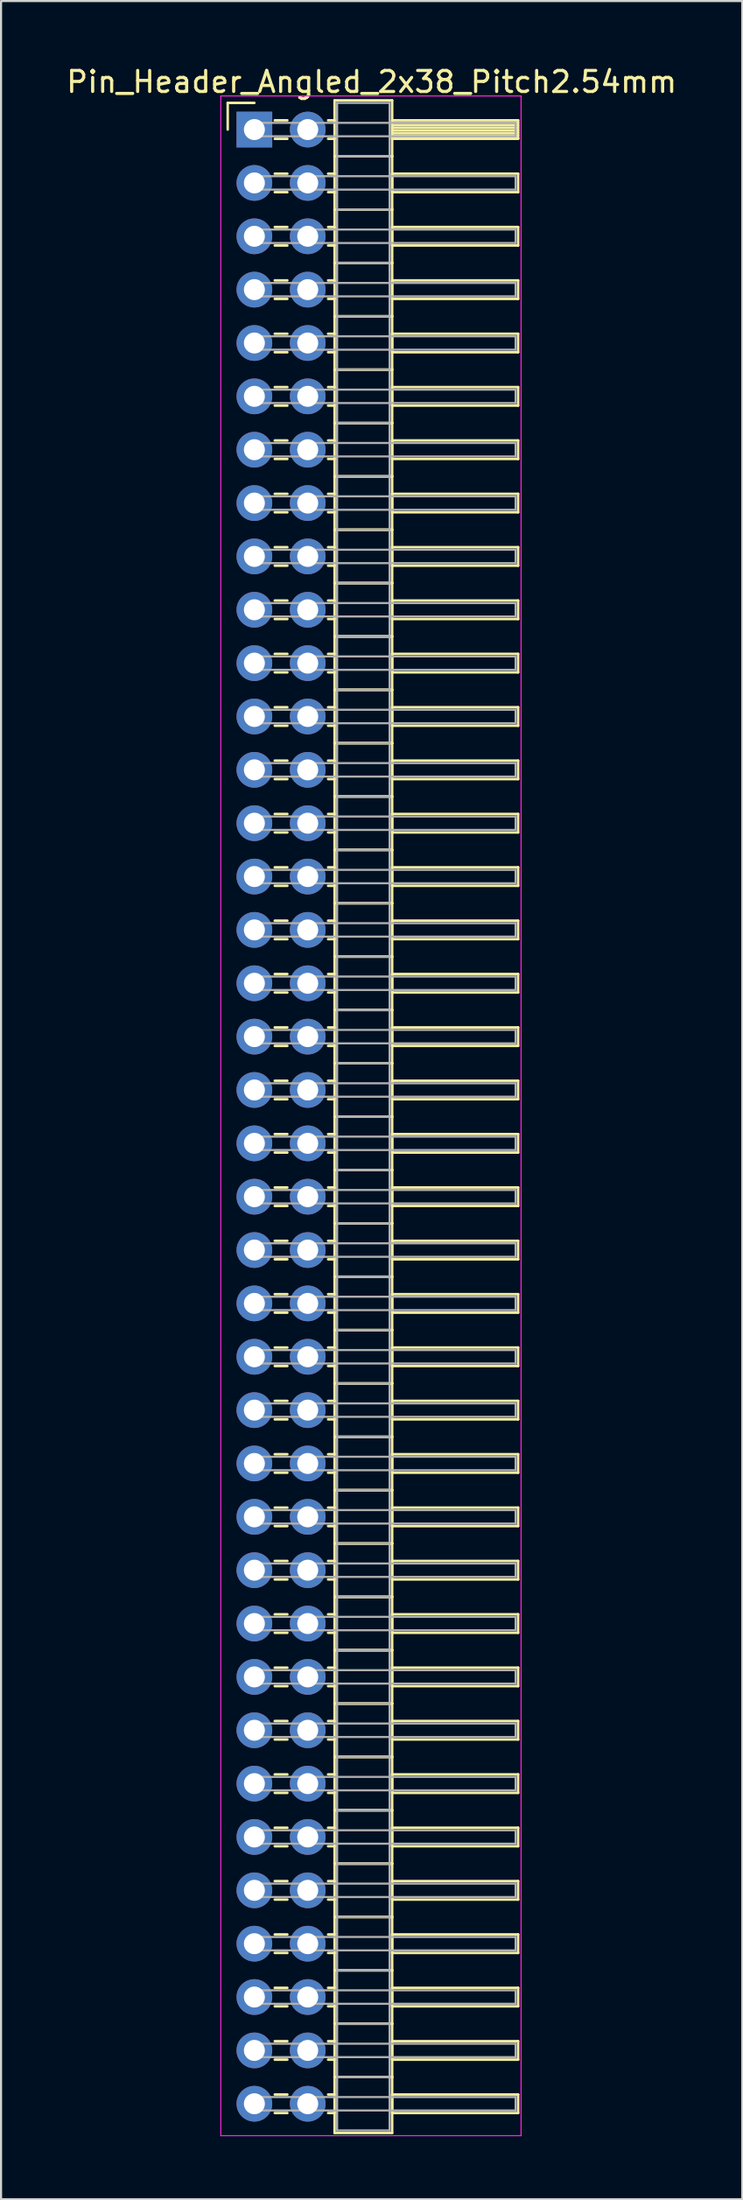
<source format=kicad_pcb>
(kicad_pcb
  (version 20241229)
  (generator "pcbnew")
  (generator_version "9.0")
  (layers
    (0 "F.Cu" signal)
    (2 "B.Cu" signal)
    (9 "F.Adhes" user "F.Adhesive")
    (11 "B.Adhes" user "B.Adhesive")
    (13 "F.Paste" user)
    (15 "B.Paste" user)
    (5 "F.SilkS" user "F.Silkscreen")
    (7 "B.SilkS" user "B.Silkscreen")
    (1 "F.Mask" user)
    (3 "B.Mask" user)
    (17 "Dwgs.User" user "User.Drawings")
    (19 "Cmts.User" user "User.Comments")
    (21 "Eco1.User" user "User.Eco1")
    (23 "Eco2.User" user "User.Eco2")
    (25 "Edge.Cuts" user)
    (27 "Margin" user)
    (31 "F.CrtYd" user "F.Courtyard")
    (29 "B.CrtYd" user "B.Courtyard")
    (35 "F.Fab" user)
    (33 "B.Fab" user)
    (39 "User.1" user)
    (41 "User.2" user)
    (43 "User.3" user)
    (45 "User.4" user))
  (footprint "Pin_Header_Angled_2x38_Pitch2.54mm"
    (layer "F.Cu")
    (at 9.064 3.118)
    (property "Reference" "Pin_Header_Angled_2x38_Pitch2.54mm" (at 5.585 -2.27 0) (layer "F.SilkS") (effects (font (size 1 1) (thickness 0.15))))
    (attr through_hole)
    (fp_line (start -1.27 -1.27) (end 0 -1.27) (stroke (width 0.12) (type solid)) (layer "F.SilkS"))
    (fp_line (start -1.27 0) (end -1.27 -1.27) (stroke (width 0.12) (type solid)) (layer "F.SilkS"))
    (fp_line (start 0.97 -0.44) (end 1.57 -0.44) (stroke (width 0.12) (type solid)) (layer "F.SilkS"))
    (fp_line (start 0.97 0.44) (end 1.57 0.44) (stroke (width 0.12) (type solid)) (layer "F.SilkS"))
    (fp_line (start 0.97 2.1) (end 1.57 2.1) (stroke (width 0.12) (type solid)) (layer "F.SilkS"))
    (fp_line (start 0.97 2.98) (end 1.57 2.98) (stroke (width 0.12) (type solid)) (layer "F.SilkS"))
    (fp_line (start 0.97 4.64) (end 1.57 4.64) (stroke (width 0.12) (type solid)) (layer "F.SilkS"))
    (fp_line (start 0.97 5.52) (end 1.57 5.52) (stroke (width 0.12) (type solid)) (layer "F.SilkS"))
    (fp_line (start 0.97 7.18) (end 1.57 7.18) (stroke (width 0.12) (type solid)) (layer "F.SilkS"))
    (fp_line (start 0.97 8.06) (end 1.57 8.06) (stroke (width 0.12) (type solid)) (layer "F.SilkS"))
    (fp_line (start 0.97 9.72) (end 1.57 9.72) (stroke (width 0.12) (type solid)) (layer "F.SilkS"))
    (fp_line (start 0.97 10.6) (end 1.57 10.6) (stroke (width 0.12) (type solid)) (layer "F.SilkS"))
    (fp_line (start 0.97 12.26) (end 1.57 12.26) (stroke (width 0.12) (type solid)) (layer "F.SilkS"))
    (fp_line (start 0.97 13.14) (end 1.57 13.14) (stroke (width 0.12) (type solid)) (layer "F.SilkS"))
    (fp_line (start 0.97 14.8) (end 1.57 14.8) (stroke (width 0.12) (type solid)) (layer "F.SilkS"))
    (fp_line (start 0.97 15.68) (end 1.57 15.68) (stroke (width 0.12) (type solid)) (layer "F.SilkS"))
    (fp_line (start 0.97 17.34) (end 1.57 17.34) (stroke (width 0.12) (type solid)) (layer "F.SilkS"))
    (fp_line (start 0.97 18.22) (end 1.57 18.22) (stroke (width 0.12) (type solid)) (layer "F.SilkS"))
    (fp_line (start 0.97 19.88) (end 1.57 19.88) (stroke (width 0.12) (type solid)) (layer "F.SilkS"))
    (fp_line (start 0.97 20.76) (end 1.57 20.76) (stroke (width 0.12) (type solid)) (layer "F.SilkS"))
    (fp_line (start 0.97 22.42) (end 1.57 22.42) (stroke (width 0.12) (type solid)) (layer "F.SilkS"))
    (fp_line (start 0.97 23.3) (end 1.57 23.3) (stroke (width 0.12) (type solid)) (layer "F.SilkS"))
    (fp_line (start 0.97 24.96) (end 1.57 24.96) (stroke (width 0.12) (type solid)) (layer "F.SilkS"))
    (fp_line (start 0.97 25.84) (end 1.57 25.84) (stroke (width 0.12) (type solid)) (layer "F.SilkS"))
    (fp_line (start 0.97 27.5) (end 1.57 27.5) (stroke (width 0.12) (type solid)) (layer "F.SilkS"))
    (fp_line (start 0.97 28.38) (end 1.57 28.38) (stroke (width 0.12) (type solid)) (layer "F.SilkS"))
    (fp_line (start 0.97 30.04) (end 1.57 30.04) (stroke (width 0.12) (type solid)) (layer "F.SilkS"))
    (fp_line (start 0.97 30.92) (end 1.57 30.92) (stroke (width 0.12) (type solid)) (layer "F.SilkS"))
    (fp_line (start 0.97 32.58) (end 1.57 32.58) (stroke (width 0.12) (type solid)) (layer "F.SilkS"))
    (fp_line (start 0.97 33.46) (end 1.57 33.46) (stroke (width 0.12) (type solid)) (layer "F.SilkS"))
    (fp_line (start 0.97 35.12) (end 1.57 35.12) (stroke (width 0.12) (type solid)) (layer "F.SilkS"))
    (fp_line (start 0.97 36) (end 1.57 36) (stroke (width 0.12) (type solid)) (layer "F.SilkS"))
    (fp_line (start 0.97 37.66) (end 1.57 37.66) (stroke (width 0.12) (type solid)) (layer "F.SilkS"))
    (fp_line (start 0.97 38.54) (end 1.57 38.54) (stroke (width 0.12) (type solid)) (layer "F.SilkS"))
    (fp_line (start 0.97 40.2) (end 1.57 40.2) (stroke (width 0.12) (type solid)) (layer "F.SilkS"))
    (fp_line (start 0.97 41.08) (end 1.57 41.08) (stroke (width 0.12) (type solid)) (layer "F.SilkS"))
    (fp_line (start 0.97 42.74) (end 1.57 42.74) (stroke (width 0.12) (type solid)) (layer "F.SilkS"))
    (fp_line (start 0.97 43.62) (end 1.57 43.62) (stroke (width 0.12) (type solid)) (layer "F.SilkS"))
    (fp_line (start 0.97 45.28) (end 1.57 45.28) (stroke (width 0.12) (type solid)) (layer "F.SilkS"))
    (fp_line (start 0.97 46.16) (end 1.57 46.16) (stroke (width 0.12) (type solid)) (layer "F.SilkS"))
    (fp_line (start 0.97 47.82) (end 1.57 47.82) (stroke (width 0.12) (type solid)) (layer "F.SilkS"))
    (fp_line (start 0.97 48.7) (end 1.57 48.7) (stroke (width 0.12) (type solid)) (layer "F.SilkS"))
    (fp_line (start 0.97 50.36) (end 1.57 50.36) (stroke (width 0.12) (type solid)) (layer "F.SilkS"))
    (fp_line (start 0.97 51.24) (end 1.57 51.24) (stroke (width 0.12) (type solid)) (layer "F.SilkS"))
    (fp_line (start 0.97 52.9) (end 1.57 52.9) (stroke (width 0.12) (type solid)) (layer "F.SilkS"))
    (fp_line (start 0.97 53.78) (end 1.57 53.78) (stroke (width 0.12) (type solid)) (layer "F.SilkS"))
    (fp_line (start 0.97 55.44) (end 1.57 55.44) (stroke (width 0.12) (type solid)) (layer "F.SilkS"))
    (fp_line (start 0.97 56.32) (end 1.57 56.32) (stroke (width 0.12) (type solid)) (layer "F.SilkS"))
    (fp_line (start 0.97 57.98) (end 1.57 57.98) (stroke (width 0.12) (type solid)) (layer "F.SilkS"))
    (fp_line (start 0.97 58.86) (end 1.57 58.86) (stroke (width 0.12) (type solid)) (layer "F.SilkS"))
    (fp_line (start 0.97 60.52) (end 1.57 60.52) (stroke (width 0.12) (type solid)) (layer "F.SilkS"))
    (fp_line (start 0.97 61.4) (end 1.57 61.4) (stroke (width 0.12) (type solid)) (layer "F.SilkS"))
    (fp_line (start 0.97 63.06) (end 1.57 63.06) (stroke (width 0.12) (type solid)) (layer "F.SilkS"))
    (fp_line (start 0.97 63.94) (end 1.57 63.94) (stroke (width 0.12) (type solid)) (layer "F.SilkS"))
    (fp_line (start 0.97 65.6) (end 1.57 65.6) (stroke (width 0.12) (type solid)) (layer "F.SilkS"))
    (fp_line (start 0.97 66.48) (end 1.57 66.48) (stroke (width 0.12) (type solid)) (layer "F.SilkS"))
    (fp_line (start 0.97 68.14) (end 1.57 68.14) (stroke (width 0.12) (type solid)) (layer "F.SilkS"))
    (fp_line (start 0.97 69.02) (end 1.57 69.02) (stroke (width 0.12) (type solid)) (layer "F.SilkS"))
    (fp_line (start 0.97 70.68) (end 1.57 70.68) (stroke (width 0.12) (type solid)) (layer "F.SilkS"))
    (fp_line (start 0.97 71.56) (end 1.57 71.56) (stroke (width 0.12) (type solid)) (layer "F.SilkS"))
    (fp_line (start 0.97 73.22) (end 1.57 73.22) (stroke (width 0.12) (type solid)) (layer "F.SilkS"))
    (fp_line (start 0.97 74.1) (end 1.57 74.1) (stroke (width 0.12) (type solid)) (layer "F.SilkS"))
    (fp_line (start 0.97 75.76) (end 1.57 75.76) (stroke (width 0.12) (type solid)) (layer "F.SilkS"))
    (fp_line (start 0.97 76.64) (end 1.57 76.64) (stroke (width 0.12) (type solid)) (layer "F.SilkS"))
    (fp_line (start 0.97 78.3) (end 1.57 78.3) (stroke (width 0.12) (type solid)) (layer "F.SilkS"))
    (fp_line (start 0.97 79.18) (end 1.57 79.18) (stroke (width 0.12) (type solid)) (layer "F.SilkS"))
    (fp_line (start 0.97 80.84) (end 1.57 80.84) (stroke (width 0.12) (type solid)) (layer "F.SilkS"))
    (fp_line (start 0.97 81.72) (end 1.57 81.72) (stroke (width 0.12) (type solid)) (layer "F.SilkS"))
    (fp_line (start 0.97 83.38) (end 1.57 83.38) (stroke (width 0.12) (type solid)) (layer "F.SilkS"))
    (fp_line (start 0.97 84.26) (end 1.57 84.26) (stroke (width 0.12) (type solid)) (layer "F.SilkS"))
    (fp_line (start 0.97 85.92) (end 1.57 85.92) (stroke (width 0.12) (type solid)) (layer "F.SilkS"))
    (fp_line (start 0.97 86.8) (end 1.57 86.8) (stroke (width 0.12) (type solid)) (layer "F.SilkS"))
    (fp_line (start 0.97 88.46) (end 1.57 88.46) (stroke (width 0.12) (type solid)) (layer "F.SilkS"))
    (fp_line (start 0.97 89.34) (end 1.57 89.34) (stroke (width 0.12) (type solid)) (layer "F.SilkS"))
    (fp_line (start 0.97 91) (end 1.57 91) (stroke (width 0.12) (type solid)) (layer "F.SilkS"))
    (fp_line (start 0.97 91.88) (end 1.57 91.88) (stroke (width 0.12) (type solid)) (layer "F.SilkS"))
    (fp_line (start 0.97 93.54) (end 1.57 93.54) (stroke (width 0.12) (type solid)) (layer "F.SilkS"))
    (fp_line (start 0.97 94.42) (end 1.57 94.42) (stroke (width 0.12) (type solid)) (layer "F.SilkS"))
    (fp_line (start 3.51 -0.44) (end 3.82 -0.44) (stroke (width 0.12) (type solid)) (layer "F.SilkS"))
    (fp_line (start 3.51 0.44) (end 3.82 0.44) (stroke (width 0.12) (type solid)) (layer "F.SilkS"))
    (fp_line (start 3.51 2.1) (end 3.82 2.1) (stroke (width 0.12) (type solid)) (layer "F.SilkS"))
    (fp_line (start 3.51 2.98) (end 3.82 2.98) (stroke (width 0.12) (type solid)) (layer "F.SilkS"))
    (fp_line (start 3.51 4.64) (end 3.82 4.64) (stroke (width 0.12) (type solid)) (layer "F.SilkS"))
    (fp_line (start 3.51 5.52) (end 3.82 5.52) (stroke (width 0.12) (type solid)) (layer "F.SilkS"))
    (fp_line (start 3.51 7.18) (end 3.82 7.18) (stroke (width 0.12) (type solid)) (layer "F.SilkS"))
    (fp_line (start 3.51 8.06) (end 3.82 8.06) (stroke (width 0.12) (type solid)) (layer "F.SilkS"))
    (fp_line (start 3.51 9.72) (end 3.82 9.72) (stroke (width 0.12) (type solid)) (layer "F.SilkS"))
    (fp_line (start 3.51 10.6) (end 3.82 10.6) (stroke (width 0.12) (type solid)) (layer "F.SilkS"))
    (fp_line (start 3.51 12.26) (end 3.82 12.26) (stroke (width 0.12) (type solid)) (layer "F.SilkS"))
    (fp_line (start 3.51 13.14) (end 3.82 13.14) (stroke (width 0.12) (type solid)) (layer "F.SilkS"))
    (fp_line (start 3.51 14.8) (end 3.82 14.8) (stroke (width 0.12) (type solid)) (layer "F.SilkS"))
    (fp_line (start 3.51 15.68) (end 3.82 15.68) (stroke (width 0.12) (type solid)) (layer "F.SilkS"))
    (fp_line (start 3.51 17.34) (end 3.82 17.34) (stroke (width 0.12) (type solid)) (layer "F.SilkS"))
    (fp_line (start 3.51 18.22) (end 3.82 18.22) (stroke (width 0.12) (type solid)) (layer "F.SilkS"))
    (fp_line (start 3.51 19.88) (end 3.82 19.88) (stroke (width 0.12) (type solid)) (layer "F.SilkS"))
    (fp_line (start 3.51 20.76) (end 3.82 20.76) (stroke (width 0.12) (type solid)) (layer "F.SilkS"))
    (fp_line (start 3.51 22.42) (end 3.82 22.42) (stroke (width 0.12) (type solid)) (layer "F.SilkS"))
    (fp_line (start 3.51 23.3) (end 3.82 23.3) (stroke (width 0.12) (type solid)) (layer "F.SilkS"))
    (fp_line (start 3.51 24.96) (end 3.82 24.96) (stroke (width 0.12) (type solid)) (layer "F.SilkS"))
    (fp_line (start 3.51 25.84) (end 3.82 25.84) (stroke (width 0.12) (type solid)) (layer "F.SilkS"))
    (fp_line (start 3.51 27.5) (end 3.82 27.5) (stroke (width 0.12) (type solid)) (layer "F.SilkS"))
    (fp_line (start 3.51 28.38) (end 3.82 28.38) (stroke (width 0.12) (type solid)) (layer "F.SilkS"))
    (fp_line (start 3.51 30.04) (end 3.82 30.04) (stroke (width 0.12) (type solid)) (layer "F.SilkS"))
    (fp_line (start 3.51 30.92) (end 3.82 30.92) (stroke (width 0.12) (type solid)) (layer "F.SilkS"))
    (fp_line (start 3.51 32.58) (end 3.82 32.58) (stroke (width 0.12) (type solid)) (layer "F.SilkS"))
    (fp_line (start 3.51 33.46) (end 3.82 33.46) (stroke (width 0.12) (type solid)) (layer "F.SilkS"))
    (fp_line (start 3.51 35.12) (end 3.82 35.12) (stroke (width 0.12) (type solid)) (layer "F.SilkS"))
    (fp_line (start 3.51 36) (end 3.82 36) (stroke (width 0.12) (type solid)) (layer "F.SilkS"))
    (fp_line (start 3.51 37.66) (end 3.82 37.66) (stroke (width 0.12) (type solid)) (layer "F.SilkS"))
    (fp_line (start 3.51 38.54) (end 3.82 38.54) (stroke (width 0.12) (type solid)) (layer "F.SilkS"))
    (fp_line (start 3.51 40.2) (end 3.82 40.2) (stroke (width 0.12) (type solid)) (layer "F.SilkS"))
    (fp_line (start 3.51 41.08) (end 3.82 41.08) (stroke (width 0.12) (type solid)) (layer "F.SilkS"))
    (fp_line (start 3.51 42.74) (end 3.82 42.74) (stroke (width 0.12) (type solid)) (layer "F.SilkS"))
    (fp_line (start 3.51 43.62) (end 3.82 43.62) (stroke (width 0.12) (type solid)) (layer "F.SilkS"))
    (fp_line (start 3.51 45.28) (end 3.82 45.28) (stroke (width 0.12) (type solid)) (layer "F.SilkS"))
    (fp_line (start 3.51 46.16) (end 3.82 46.16) (stroke (width 0.12) (type solid)) (layer "F.SilkS"))
    (fp_line (start 3.51 47.82) (end 3.82 47.82) (stroke (width 0.12) (type solid)) (layer "F.SilkS"))
    (fp_line (start 3.51 48.7) (end 3.82 48.7) (stroke (width 0.12) (type solid)) (layer "F.SilkS"))
    (fp_line (start 3.51 50.36) (end 3.82 50.36) (stroke (width 0.12) (type solid)) (layer "F.SilkS"))
    (fp_line (start 3.51 51.24) (end 3.82 51.24) (stroke (width 0.12) (type solid)) (layer "F.SilkS"))
    (fp_line (start 3.51 52.9) (end 3.82 52.9) (stroke (width 0.12) (type solid)) (layer "F.SilkS"))
    (fp_line (start 3.51 53.78) (end 3.82 53.78) (stroke (width 0.12) (type solid)) (layer "F.SilkS"))
    (fp_line (start 3.51 55.44) (end 3.82 55.44) (stroke (width 0.12) (type solid)) (layer "F.SilkS"))
    (fp_line (start 3.51 56.32) (end 3.82 56.32) (stroke (width 0.12) (type solid)) (layer "F.SilkS"))
    (fp_line (start 3.51 57.98) (end 3.82 57.98) (stroke (width 0.12) (type solid)) (layer "F.SilkS"))
    (fp_line (start 3.51 58.86) (end 3.82 58.86) (stroke (width 0.12) (type solid)) (layer "F.SilkS"))
    (fp_line (start 3.51 60.52) (end 3.82 60.52) (stroke (width 0.12) (type solid)) (layer "F.SilkS"))
    (fp_line (start 3.51 61.4) (end 3.82 61.4) (stroke (width 0.12) (type solid)) (layer "F.SilkS"))
    (fp_line (start 3.51 63.06) (end 3.82 63.06) (stroke (width 0.12) (type solid)) (layer "F.SilkS"))
    (fp_line (start 3.51 63.94) (end 3.82 63.94) (stroke (width 0.12) (type solid)) (layer "F.SilkS"))
    (fp_line (start 3.51 65.6) (end 3.82 65.6) (stroke (width 0.12) (type solid)) (layer "F.SilkS"))
    (fp_line (start 3.51 66.48) (end 3.82 66.48) (stroke (width 0.12) (type solid)) (layer "F.SilkS"))
    (fp_line (start 3.51 68.14) (end 3.82 68.14) (stroke (width 0.12) (type solid)) (layer "F.SilkS"))
    (fp_line (start 3.51 69.02) (end 3.82 69.02) (stroke (width 0.12) (type solid)) (layer "F.SilkS"))
    (fp_line (start 3.51 70.68) (end 3.82 70.68) (stroke (width 0.12) (type solid)) (layer "F.SilkS"))
    (fp_line (start 3.51 71.56) (end 3.82 71.56) (stroke (width 0.12) (type solid)) (layer "F.SilkS"))
    (fp_line (start 3.51 73.22) (end 3.82 73.22) (stroke (width 0.12) (type solid)) (layer "F.SilkS"))
    (fp_line (start 3.51 74.1) (end 3.82 74.1) (stroke (width 0.12) (type solid)) (layer "F.SilkS"))
    (fp_line (start 3.51 75.76) (end 3.82 75.76) (stroke (width 0.12) (type solid)) (layer "F.SilkS"))
    (fp_line (start 3.51 76.64) (end 3.82 76.64) (stroke (width 0.12) (type solid)) (layer "F.SilkS"))
    (fp_line (start 3.51 78.3) (end 3.82 78.3) (stroke (width 0.12) (type solid)) (layer "F.SilkS"))
    (fp_line (start 3.51 79.18) (end 3.82 79.18) (stroke (width 0.12) (type solid)) (layer "F.SilkS"))
    (fp_line (start 3.51 80.84) (end 3.82 80.84) (stroke (width 0.12) (type solid)) (layer "F.SilkS"))
    (fp_line (start 3.51 81.72) (end 3.82 81.72) (stroke (width 0.12) (type solid)) (layer "F.SilkS"))
    (fp_line (start 3.51 83.38) (end 3.82 83.38) (stroke (width 0.12) (type solid)) (layer "F.SilkS"))
    (fp_line (start 3.51 84.26) (end 3.82 84.26) (stroke (width 0.12) (type solid)) (layer "F.SilkS"))
    (fp_line (start 3.51 85.92) (end 3.82 85.92) (stroke (width 0.12) (type solid)) (layer "F.SilkS"))
    (fp_line (start 3.51 86.8) (end 3.82 86.8) (stroke (width 0.12) (type solid)) (layer "F.SilkS"))
    (fp_line (start 3.51 88.46) (end 3.82 88.46) (stroke (width 0.12) (type solid)) (layer "F.SilkS"))
    (fp_line (start 3.51 89.34) (end 3.82 89.34) (stroke (width 0.12) (type solid)) (layer "F.SilkS"))
    (fp_line (start 3.51 91) (end 3.82 91) (stroke (width 0.12) (type solid)) (layer "F.SilkS"))
    (fp_line (start 3.51 91.88) (end 3.82 91.88) (stroke (width 0.12) (type solid)) (layer "F.SilkS"))
    (fp_line (start 3.51 93.54) (end 3.82 93.54) (stroke (width 0.12) (type solid)) (layer "F.SilkS"))
    (fp_line (start 3.51 94.42) (end 3.82 94.42) (stroke (width 0.12) (type solid)) (layer "F.SilkS"))
    (fp_line (start 3.82 -1.39) (end 3.82 1.27) (stroke (width 0.12) (type solid)) (layer "F.SilkS"))
    (fp_line (start 3.82 1.27) (end 3.82 3.81) (stroke (width 0.12) (type solid)) (layer "F.SilkS"))
    (fp_line (start 3.82 1.27) (end 6.56 1.27) (stroke (width 0.12) (type solid)) (layer "F.SilkS"))
    (fp_line (start 3.82 3.81) (end 3.82 6.35) (stroke (width 0.12) (type solid)) (layer "F.SilkS"))
    (fp_line (start 3.82 3.81) (end 6.56 3.81) (stroke (width 0.12) (type solid)) (layer "F.SilkS"))
    (fp_line (start 3.82 6.35) (end 3.82 8.89) (stroke (width 0.12) (type solid)) (layer "F.SilkS"))
    (fp_line (start 3.82 6.35) (end 6.56 6.35) (stroke (width 0.12) (type solid)) (layer "F.SilkS"))
    (fp_line (start 3.82 8.89) (end 3.82 11.43) (stroke (width 0.12) (type solid)) (layer "F.SilkS"))
    (fp_line (start 3.82 8.89) (end 6.56 8.89) (stroke (width 0.12) (type solid)) (layer "F.SilkS"))
    (fp_line (start 3.82 11.43) (end 3.82 13.97) (stroke (width 0.12) (type solid)) (layer "F.SilkS"))
    (fp_line (start 3.82 11.43) (end 6.56 11.43) (stroke (width 0.12) (type solid)) (layer "F.SilkS"))
    (fp_line (start 3.82 13.97) (end 3.82 16.51) (stroke (width 0.12) (type solid)) (layer "F.SilkS"))
    (fp_line (start 3.82 13.97) (end 6.56 13.97) (stroke (width 0.12) (type solid)) (layer "F.SilkS"))
    (fp_line (start 3.82 16.51) (end 3.82 19.05) (stroke (width 0.12) (type solid)) (layer "F.SilkS"))
    (fp_line (start 3.82 16.51) (end 6.56 16.51) (stroke (width 0.12) (type solid)) (layer "F.SilkS"))
    (fp_line (start 3.82 19.05) (end 3.82 21.59) (stroke (width 0.12) (type solid)) (layer "F.SilkS"))
    (fp_line (start 3.82 19.05) (end 6.56 19.05) (stroke (width 0.12) (type solid)) (layer "F.SilkS"))
    (fp_line (start 3.82 21.59) (end 3.82 24.13) (stroke (width 0.12) (type solid)) (layer "F.SilkS"))
    (fp_line (start 3.82 21.59) (end 6.56 21.59) (stroke (width 0.12) (type solid)) (layer "F.SilkS"))
    (fp_line (start 3.82 24.13) (end 3.82 26.67) (stroke (width 0.12) (type solid)) (layer "F.SilkS"))
    (fp_line (start 3.82 24.13) (end 6.56 24.13) (stroke (width 0.12) (type solid)) (layer "F.SilkS"))
    (fp_line (start 3.82 26.67) (end 3.82 29.21) (stroke (width 0.12) (type solid)) (layer "F.SilkS"))
    (fp_line (start 3.82 26.67) (end 6.56 26.67) (stroke (width 0.12) (type solid)) (layer "F.SilkS"))
    (fp_line (start 3.82 29.21) (end 3.82 31.75) (stroke (width 0.12) (type solid)) (layer "F.SilkS"))
    (fp_line (start 3.82 29.21) (end 6.56 29.21) (stroke (width 0.12) (type solid)) (layer "F.SilkS"))
    (fp_line (start 3.82 31.75) (end 3.82 34.29) (stroke (width 0.12) (type solid)) (layer "F.SilkS"))
    (fp_line (start 3.82 31.75) (end 6.56 31.75) (stroke (width 0.12) (type solid)) (layer "F.SilkS"))
    (fp_line (start 3.82 34.29) (end 3.82 36.83) (stroke (width 0.12) (type solid)) (layer "F.SilkS"))
    (fp_line (start 3.82 34.29) (end 6.56 34.29) (stroke (width 0.12) (type solid)) (layer "F.SilkS"))
    (fp_line (start 3.82 36.83) (end 3.82 39.37) (stroke (width 0.12) (type solid)) (layer "F.SilkS"))
    (fp_line (start 3.82 36.83) (end 6.56 36.83) (stroke (width 0.12) (type solid)) (layer "F.SilkS"))
    (fp_line (start 3.82 39.37) (end 3.82 41.91) (stroke (width 0.12) (type solid)) (layer "F.SilkS"))
    (fp_line (start 3.82 39.37) (end 6.56 39.37) (stroke (width 0.12) (type solid)) (layer "F.SilkS"))
    (fp_line (start 3.82 41.91) (end 3.82 44.45) (stroke (width 0.12) (type solid)) (layer "F.SilkS"))
    (fp_line (start 3.82 41.91) (end 6.56 41.91) (stroke (width 0.12) (type solid)) (layer "F.SilkS"))
    (fp_line (start 3.82 44.45) (end 3.82 46.99) (stroke (width 0.12) (type solid)) (layer "F.SilkS"))
    (fp_line (start 3.82 44.45) (end 6.56 44.45) (stroke (width 0.12) (type solid)) (layer "F.SilkS"))
    (fp_line (start 3.82 46.99) (end 3.82 49.53) (stroke (width 0.12) (type solid)) (layer "F.SilkS"))
    (fp_line (start 3.82 46.99) (end 6.56 46.99) (stroke (width 0.12) (type solid)) (layer "F.SilkS"))
    (fp_line (start 3.82 49.53) (end 3.82 52.07) (stroke (width 0.12) (type solid)) (layer "F.SilkS"))
    (fp_line (start 3.82 49.53) (end 6.56 49.53) (stroke (width 0.12) (type solid)) (layer "F.SilkS"))
    (fp_line (start 3.82 52.07) (end 3.82 54.61) (stroke (width 0.12) (type solid)) (layer "F.SilkS"))
    (fp_line (start 3.82 52.07) (end 6.56 52.07) (stroke (width 0.12) (type solid)) (layer "F.SilkS"))
    (fp_line (start 3.82 54.61) (end 3.82 57.15) (stroke (width 0.12) (type solid)) (layer "F.SilkS"))
    (fp_line (start 3.82 54.61) (end 6.56 54.61) (stroke (width 0.12) (type solid)) (layer "F.SilkS"))
    (fp_line (start 3.82 57.15) (end 3.82 59.69) (stroke (width 0.12) (type solid)) (layer "F.SilkS"))
    (fp_line (start 3.82 57.15) (end 6.56 57.15) (stroke (width 0.12) (type solid)) (layer "F.SilkS"))
    (fp_line (start 3.82 59.69) (end 3.82 62.23) (stroke (width 0.12) (type solid)) (layer "F.SilkS"))
    (fp_line (start 3.82 59.69) (end 6.56 59.69) (stroke (width 0.12) (type solid)) (layer "F.SilkS"))
    (fp_line (start 3.82 62.23) (end 3.82 64.77) (stroke (width 0.12) (type solid)) (layer "F.SilkS"))
    (fp_line (start 3.82 62.23) (end 6.56 62.23) (stroke (width 0.12) (type solid)) (layer "F.SilkS"))
    (fp_line (start 3.82 64.77) (end 3.82 67.31) (stroke (width 0.12) (type solid)) (layer "F.SilkS"))
    (fp_line (start 3.82 64.77) (end 6.56 64.77) (stroke (width 0.12) (type solid)) (layer "F.SilkS"))
    (fp_line (start 3.82 67.31) (end 3.82 69.85) (stroke (width 0.12) (type solid)) (layer "F.SilkS"))
    (fp_line (start 3.82 67.31) (end 6.56 67.31) (stroke (width 0.12) (type solid)) (layer "F.SilkS"))
    (fp_line (start 3.82 69.85) (end 3.82 72.39) (stroke (width 0.12) (type solid)) (layer "F.SilkS"))
    (fp_line (start 3.82 69.85) (end 6.56 69.85) (stroke (width 0.12) (type solid)) (layer "F.SilkS"))
    (fp_line (start 3.82 72.39) (end 3.82 74.93) (stroke (width 0.12) (type solid)) (layer "F.SilkS"))
    (fp_line (start 3.82 72.39) (end 6.56 72.39) (stroke (width 0.12) (type solid)) (layer "F.SilkS"))
    (fp_line (start 3.82 74.93) (end 3.82 77.47) (stroke (width 0.12) (type solid)) (layer "F.SilkS"))
    (fp_line (start 3.82 74.93) (end 6.56 74.93) (stroke (width 0.12) (type solid)) (layer "F.SilkS"))
    (fp_line (start 3.82 77.47) (end 3.82 80.01) (stroke (width 0.12) (type solid)) (layer "F.SilkS"))
    (fp_line (start 3.82 77.47) (end 6.56 77.47) (stroke (width 0.12) (type solid)) (layer "F.SilkS"))
    (fp_line (start 3.82 80.01) (end 3.82 82.55) (stroke (width 0.12) (type solid)) (layer "F.SilkS"))
    (fp_line (start 3.82 80.01) (end 6.56 80.01) (stroke (width 0.12) (type solid)) (layer "F.SilkS"))
    (fp_line (start 3.82 82.55) (end 3.82 85.09) (stroke (width 0.12) (type solid)) (layer "F.SilkS"))
    (fp_line (start 3.82 82.55) (end 6.56 82.55) (stroke (width 0.12) (type solid)) (layer "F.SilkS"))
    (fp_line (start 3.82 85.09) (end 3.82 87.63) (stroke (width 0.12) (type solid)) (layer "F.SilkS"))
    (fp_line (start 3.82 85.09) (end 6.56 85.09) (stroke (width 0.12) (type solid)) (layer "F.SilkS"))
    (fp_line (start 3.82 87.63) (end 3.82 90.17) (stroke (width 0.12) (type solid)) (layer "F.SilkS"))
    (fp_line (start 3.82 87.63) (end 6.56 87.63) (stroke (width 0.12) (type solid)) (layer "F.SilkS"))
    (fp_line (start 3.82 90.17) (end 3.82 92.71) (stroke (width 0.12) (type solid)) (layer "F.SilkS"))
    (fp_line (start 3.82 90.17) (end 6.56 90.17) (stroke (width 0.12) (type solid)) (layer "F.SilkS"))
    (fp_line (start 3.82 92.71) (end 3.82 95.37) (stroke (width 0.12) (type solid)) (layer "F.SilkS"))
    (fp_line (start 3.82 92.71) (end 6.56 92.71) (stroke (width 0.12) (type solid)) (layer "F.SilkS"))
    (fp_line (start 3.82 95.37) (end 6.56 95.37) (stroke (width 0.12) (type solid)) (layer "F.SilkS"))
    (fp_line (start 6.56 -1.39) (end 3.82 -1.39) (stroke (width 0.12) (type solid)) (layer "F.SilkS"))
    (fp_line (start 6.56 -0.44) (end 6.56 0.44) (stroke (width 0.12) (type solid)) (layer "F.SilkS"))
    (fp_line (start 6.56 -0.32) (end 12.56 -0.32) (stroke (width 0.12) (type solid)) (layer "F.SilkS"))
    (fp_line (start 6.56 -0.2) (end 12.56 -0.2) (stroke (width 0.12) (type solid)) (layer "F.SilkS"))
    (fp_line (start 6.56 -0.08) (end 12.56 -0.08) (stroke (width 0.12) (type solid)) (layer "F.SilkS"))
    (fp_line (start 6.56 0.04) (end 12.56 0.04) (stroke (width 0.12) (type solid)) (layer "F.SilkS"))
    (fp_line (start 6.56 0.16) (end 12.56 0.16) (stroke (width 0.12) (type solid)) (layer "F.SilkS"))
    (fp_line (start 6.56 0.28) (end 12.56 0.28) (stroke (width 0.12) (type solid)) (layer "F.SilkS"))
    (fp_line (start 6.56 0.4) (end 12.56 0.4) (stroke (width 0.12) (type solid)) (layer "F.SilkS"))
    (fp_line (start 6.56 0.44) (end 12.56 0.44) (stroke (width 0.12) (type solid)) (layer "F.SilkS"))
    (fp_line (start 6.56 1.27) (end 3.82 1.27) (stroke (width 0.12) (type solid)) (layer "F.SilkS"))
    (fp_line (start 6.56 1.27) (end 6.56 -1.39) (stroke (width 0.12) (type solid)) (layer "F.SilkS"))
    (fp_line (start 6.56 2.1) (end 6.56 2.98) (stroke (width 0.12) (type solid)) (layer "F.SilkS"))
    (fp_line (start 6.56 2.98) (end 12.56 2.98) (stroke (width 0.12) (type solid)) (layer "F.SilkS"))
    (fp_line (start 6.56 3.81) (end 3.82 3.81) (stroke (width 0.12) (type solid)) (layer "F.SilkS"))
    (fp_line (start 6.56 3.81) (end 6.56 1.27) (stroke (width 0.12) (type solid)) (layer "F.SilkS"))
    (fp_line (start 6.56 4.64) (end 6.56 5.52) (stroke (width 0.12) (type solid)) (layer "F.SilkS"))
    (fp_line (start 6.56 5.52) (end 12.56 5.52) (stroke (width 0.12) (type solid)) (layer "F.SilkS"))
    (fp_line (start 6.56 6.35) (end 3.82 6.35) (stroke (width 0.12) (type solid)) (layer "F.SilkS"))
    (fp_line (start 6.56 6.35) (end 6.56 3.81) (stroke (width 0.12) (type solid)) (layer "F.SilkS"))
    (fp_line (start 6.56 7.18) (end 6.56 8.06) (stroke (width 0.12) (type solid)) (layer "F.SilkS"))
    (fp_line (start 6.56 8.06) (end 12.56 8.06) (stroke (width 0.12) (type solid)) (layer "F.SilkS"))
    (fp_line (start 6.56 8.89) (end 3.82 8.89) (stroke (width 0.12) (type solid)) (layer "F.SilkS"))
    (fp_line (start 6.56 8.89) (end 6.56 6.35) (stroke (width 0.12) (type solid)) (layer "F.SilkS"))
    (fp_line (start 6.56 9.72) (end 6.56 10.6) (stroke (width 0.12) (type solid)) (layer "F.SilkS"))
    (fp_line (start 6.56 10.6) (end 12.56 10.6) (stroke (width 0.12) (type solid)) (layer "F.SilkS"))
    (fp_line (start 6.56 11.43) (end 3.82 11.43) (stroke (width 0.12) (type solid)) (layer "F.SilkS"))
    (fp_line (start 6.56 11.43) (end 6.56 8.89) (stroke (width 0.12) (type solid)) (layer "F.SilkS"))
    (fp_line (start 6.56 12.26) (end 6.56 13.14) (stroke (width 0.12) (type solid)) (layer "F.SilkS"))
    (fp_line (start 6.56 13.14) (end 12.56 13.14) (stroke (width 0.12) (type solid)) (layer "F.SilkS"))
    (fp_line (start 6.56 13.97) (end 3.82 13.97) (stroke (width 0.12) (type solid)) (layer "F.SilkS"))
    (fp_line (start 6.56 13.97) (end 6.56 11.43) (stroke (width 0.12) (type solid)) (layer "F.SilkS"))
    (fp_line (start 6.56 14.8) (end 6.56 15.68) (stroke (width 0.12) (type solid)) (layer "F.SilkS"))
    (fp_line (start 6.56 15.68) (end 12.56 15.68) (stroke (width 0.12) (type solid)) (layer "F.SilkS"))
    (fp_line (start 6.56 16.51) (end 3.82 16.51) (stroke (width 0.12) (type solid)) (layer "F.SilkS"))
    (fp_line (start 6.56 16.51) (end 6.56 13.97) (stroke (width 0.12) (type solid)) (layer "F.SilkS"))
    (fp_line (start 6.56 17.34) (end 6.56 18.22) (stroke (width 0.12) (type solid)) (layer "F.SilkS"))
    (fp_line (start 6.56 18.22) (end 12.56 18.22) (stroke (width 0.12) (type solid)) (layer "F.SilkS"))
    (fp_line (start 6.56 19.05) (end 3.82 19.05) (stroke (width 0.12) (type solid)) (layer "F.SilkS"))
    (fp_line (start 6.56 19.05) (end 6.56 16.51) (stroke (width 0.12) (type solid)) (layer "F.SilkS"))
    (fp_line (start 6.56 19.88) (end 6.56 20.76) (stroke (width 0.12) (type solid)) (layer "F.SilkS"))
    (fp_line (start 6.56 20.76) (end 12.56 20.76) (stroke (width 0.12) (type solid)) (layer "F.SilkS"))
    (fp_line (start 6.56 21.59) (end 3.82 21.59) (stroke (width 0.12) (type solid)) (layer "F.SilkS"))
    (fp_line (start 6.56 21.59) (end 6.56 19.05) (stroke (width 0.12) (type solid)) (layer "F.SilkS"))
    (fp_line (start 6.56 22.42) (end 6.56 23.3) (stroke (width 0.12) (type solid)) (layer "F.SilkS"))
    (fp_line (start 6.56 23.3) (end 12.56 23.3) (stroke (width 0.12) (type solid)) (layer "F.SilkS"))
    (fp_line (start 6.56 24.13) (end 3.82 24.13) (stroke (width 0.12) (type solid)) (layer "F.SilkS"))
    (fp_line (start 6.56 24.13) (end 6.56 21.59) (stroke (width 0.12) (type solid)) (layer "F.SilkS"))
    (fp_line (start 6.56 24.96) (end 6.56 25.84) (stroke (width 0.12) (type solid)) (layer "F.SilkS"))
    (fp_line (start 6.56 25.84) (end 12.56 25.84) (stroke (width 0.12) (type solid)) (layer "F.SilkS"))
    (fp_line (start 6.56 26.67) (end 3.82 26.67) (stroke (width 0.12) (type solid)) (layer "F.SilkS"))
    (fp_line (start 6.56 26.67) (end 6.56 24.13) (stroke (width 0.12) (type solid)) (layer "F.SilkS"))
    (fp_line (start 6.56 27.5) (end 6.56 28.38) (stroke (width 0.12) (type solid)) (layer "F.SilkS"))
    (fp_line (start 6.56 28.38) (end 12.56 28.38) (stroke (width 0.12) (type solid)) (layer "F.SilkS"))
    (fp_line (start 6.56 29.21) (end 3.82 29.21) (stroke (width 0.12) (type solid)) (layer "F.SilkS"))
    (fp_line (start 6.56 29.21) (end 6.56 26.67) (stroke (width 0.12) (type solid)) (layer "F.SilkS"))
    (fp_line (start 6.56 30.04) (end 6.56 30.92) (stroke (width 0.12) (type solid)) (layer "F.SilkS"))
    (fp_line (start 6.56 30.92) (end 12.56 30.92) (stroke (width 0.12) (type solid)) (layer "F.SilkS"))
    (fp_line (start 6.56 31.75) (end 3.82 31.75) (stroke (width 0.12) (type solid)) (layer "F.SilkS"))
    (fp_line (start 6.56 31.75) (end 6.56 29.21) (stroke (width 0.12) (type solid)) (layer "F.SilkS"))
    (fp_line (start 6.56 32.58) (end 6.56 33.46) (stroke (width 0.12) (type solid)) (layer "F.SilkS"))
    (fp_line (start 6.56 33.46) (end 12.56 33.46) (stroke (width 0.12) (type solid)) (layer "F.SilkS"))
    (fp_line (start 6.56 34.29) (end 3.82 34.29) (stroke (width 0.12) (type solid)) (layer "F.SilkS"))
    (fp_line (start 6.56 34.29) (end 6.56 31.75) (stroke (width 0.12) (type solid)) (layer "F.SilkS"))
    (fp_line (start 6.56 35.12) (end 6.56 36) (stroke (width 0.12) (type solid)) (layer "F.SilkS"))
    (fp_line (start 6.56 36) (end 12.56 36) (stroke (width 0.12) (type solid)) (layer "F.SilkS"))
    (fp_line (start 6.56 36.83) (end 3.82 36.83) (stroke (width 0.12) (type solid)) (layer "F.SilkS"))
    (fp_line (start 6.56 36.83) (end 6.56 34.29) (stroke (width 0.12) (type solid)) (layer "F.SilkS"))
    (fp_line (start 6.56 37.66) (end 6.56 38.54) (stroke (width 0.12) (type solid)) (layer "F.SilkS"))
    (fp_line (start 6.56 38.54) (end 12.56 38.54) (stroke (width 0.12) (type solid)) (layer "F.SilkS"))
    (fp_line (start 6.56 39.37) (end 3.82 39.37) (stroke (width 0.12) (type solid)) (layer "F.SilkS"))
    (fp_line (start 6.56 39.37) (end 6.56 36.83) (stroke (width 0.12) (type solid)) (layer "F.SilkS"))
    (fp_line (start 6.56 40.2) (end 6.56 41.08) (stroke (width 0.12) (type solid)) (layer "F.SilkS"))
    (fp_line (start 6.56 41.08) (end 12.56 41.08) (stroke (width 0.12) (type solid)) (layer "F.SilkS"))
    (fp_line (start 6.56 41.91) (end 3.82 41.91) (stroke (width 0.12) (type solid)) (layer "F.SilkS"))
    (fp_line (start 6.56 41.91) (end 6.56 39.37) (stroke (width 0.12) (type solid)) (layer "F.SilkS"))
    (fp_line (start 6.56 42.74) (end 6.56 43.62) (stroke (width 0.12) (type solid)) (layer "F.SilkS"))
    (fp_line (start 6.56 43.62) (end 12.56 43.62) (stroke (width 0.12) (type solid)) (layer "F.SilkS"))
    (fp_line (start 6.56 44.45) (end 3.82 44.45) (stroke (width 0.12) (type solid)) (layer "F.SilkS"))
    (fp_line (start 6.56 44.45) (end 6.56 41.91) (stroke (width 0.12) (type solid)) (layer "F.SilkS"))
    (fp_line (start 6.56 45.28) (end 6.56 46.16) (stroke (width 0.12) (type solid)) (layer "F.SilkS"))
    (fp_line (start 6.56 46.16) (end 12.56 46.16) (stroke (width 0.12) (type solid)) (layer "F.SilkS"))
    (fp_line (start 6.56 46.99) (end 3.82 46.99) (stroke (width 0.12) (type solid)) (layer "F.SilkS"))
    (fp_line (start 6.56 46.99) (end 6.56 44.45) (stroke (width 0.12) (type solid)) (layer "F.SilkS"))
    (fp_line (start 6.56 47.82) (end 6.56 48.7) (stroke (width 0.12) (type solid)) (layer "F.SilkS"))
    (fp_line (start 6.56 48.7) (end 12.56 48.7) (stroke (width 0.12) (type solid)) (layer "F.SilkS"))
    (fp_line (start 6.56 49.53) (end 3.82 49.53) (stroke (width 0.12) (type solid)) (layer "F.SilkS"))
    (fp_line (start 6.56 49.53) (end 6.56 46.99) (stroke (width 0.12) (type solid)) (layer "F.SilkS"))
    (fp_line (start 6.56 50.36) (end 6.56 51.24) (stroke (width 0.12) (type solid)) (layer "F.SilkS"))
    (fp_line (start 6.56 51.24) (end 12.56 51.24) (stroke (width 0.12) (type solid)) (layer "F.SilkS"))
    (fp_line (start 6.56 52.07) (end 3.82 52.07) (stroke (width 0.12) (type solid)) (layer "F.SilkS"))
    (fp_line (start 6.56 52.07) (end 6.56 49.53) (stroke (width 0.12) (type solid)) (layer "F.SilkS"))
    (fp_line (start 6.56 52.9) (end 6.56 53.78) (stroke (width 0.12) (type solid)) (layer "F.SilkS"))
    (fp_line (start 6.56 53.78) (end 12.56 53.78) (stroke (width 0.12) (type solid)) (layer "F.SilkS"))
    (fp_line (start 6.56 54.61) (end 3.82 54.61) (stroke (width 0.12) (type solid)) (layer "F.SilkS"))
    (fp_line (start 6.56 54.61) (end 6.56 52.07) (stroke (width 0.12) (type solid)) (layer "F.SilkS"))
    (fp_line (start 6.56 55.44) (end 6.56 56.32) (stroke (width 0.12) (type solid)) (layer "F.SilkS"))
    (fp_line (start 6.56 56.32) (end 12.56 56.32) (stroke (width 0.12) (type solid)) (layer "F.SilkS"))
    (fp_line (start 6.56 57.15) (end 3.82 57.15) (stroke (width 0.12) (type solid)) (layer "F.SilkS"))
    (fp_line (start 6.56 57.15) (end 6.56 54.61) (stroke (width 0.12) (type solid)) (layer "F.SilkS"))
    (fp_line (start 6.56 57.98) (end 6.56 58.86) (stroke (width 0.12) (type solid)) (layer "F.SilkS"))
    (fp_line (start 6.56 58.86) (end 12.56 58.86) (stroke (width 0.12) (type solid)) (layer "F.SilkS"))
    (fp_line (start 6.56 59.69) (end 3.82 59.69) (stroke (width 0.12) (type solid)) (layer "F.SilkS"))
    (fp_line (start 6.56 59.69) (end 6.56 57.15) (stroke (width 0.12) (type solid)) (layer "F.SilkS"))
    (fp_line (start 6.56 60.52) (end 6.56 61.4) (stroke (width 0.12) (type solid)) (layer "F.SilkS"))
    (fp_line (start 6.56 61.4) (end 12.56 61.4) (stroke (width 0.12) (type solid)) (layer "F.SilkS"))
    (fp_line (start 6.56 62.23) (end 3.82 62.23) (stroke (width 0.12) (type solid)) (layer "F.SilkS"))
    (fp_line (start 6.56 62.23) (end 6.56 59.69) (stroke (width 0.12) (type solid)) (layer "F.SilkS"))
    (fp_line (start 6.56 63.06) (end 6.56 63.94) (stroke (width 0.12) (type solid)) (layer "F.SilkS"))
    (fp_line (start 6.56 63.94) (end 12.56 63.94) (stroke (width 0.12) (type solid)) (layer "F.SilkS"))
    (fp_line (start 6.56 64.77) (end 3.82 64.77) (stroke (width 0.12) (type solid)) (layer "F.SilkS"))
    (fp_line (start 6.56 64.77) (end 6.56 62.23) (stroke (width 0.12) (type solid)) (layer "F.SilkS"))
    (fp_line (start 6.56 65.6) (end 6.56 66.48) (stroke (width 0.12) (type solid)) (layer "F.SilkS"))
    (fp_line (start 6.56 66.48) (end 12.56 66.48) (stroke (width 0.12) (type solid)) (layer "F.SilkS"))
    (fp_line (start 6.56 67.31) (end 3.82 67.31) (stroke (width 0.12) (type solid)) (layer "F.SilkS"))
    (fp_line (start 6.56 67.31) (end 6.56 64.77) (stroke (width 0.12) (type solid)) (layer "F.SilkS"))
    (fp_line (start 6.56 68.14) (end 6.56 69.02) (stroke (width 0.12) (type solid)) (layer "F.SilkS"))
    (fp_line (start 6.56 69.02) (end 12.56 69.02) (stroke (width 0.12) (type solid)) (layer "F.SilkS"))
    (fp_line (start 6.56 69.85) (end 3.82 69.85) (stroke (width 0.12) (type solid)) (layer "F.SilkS"))
    (fp_line (start 6.56 69.85) (end 6.56 67.31) (stroke (width 0.12) (type solid)) (layer "F.SilkS"))
    (fp_line (start 6.56 70.68) (end 6.56 71.56) (stroke (width 0.12) (type solid)) (layer "F.SilkS"))
    (fp_line (start 6.56 71.56) (end 12.56 71.56) (stroke (width 0.12) (type solid)) (layer "F.SilkS"))
    (fp_line (start 6.56 72.39) (end 3.82 72.39) (stroke (width 0.12) (type solid)) (layer "F.SilkS"))
    (fp_line (start 6.56 72.39) (end 6.56 69.85) (stroke (width 0.12) (type solid)) (layer "F.SilkS"))
    (fp_line (start 6.56 73.22) (end 6.56 74.1) (stroke (width 0.12) (type solid)) (layer "F.SilkS"))
    (fp_line (start 6.56 74.1) (end 12.56 74.1) (stroke (width 0.12) (type solid)) (layer "F.SilkS"))
    (fp_line (start 6.56 74.93) (end 3.82 74.93) (stroke (width 0.12) (type solid)) (layer "F.SilkS"))
    (fp_line (start 6.56 74.93) (end 6.56 72.39) (stroke (width 0.12) (type solid)) (layer "F.SilkS"))
    (fp_line (start 6.56 75.76) (end 6.56 76.64) (stroke (width 0.12) (type solid)) (layer "F.SilkS"))
    (fp_line (start 6.56 76.64) (end 12.56 76.64) (stroke (width 0.12) (type solid)) (layer "F.SilkS"))
    (fp_line (start 6.56 77.47) (end 3.82 77.47) (stroke (width 0.12) (type solid)) (layer "F.SilkS"))
    (fp_line (start 6.56 77.47) (end 6.56 74.93) (stroke (width 0.12) (type solid)) (layer "F.SilkS"))
    (fp_line (start 6.56 78.3) (end 6.56 79.18) (stroke (width 0.12) (type solid)) (layer "F.SilkS"))
    (fp_line (start 6.56 79.18) (end 12.56 79.18) (stroke (width 0.12) (type solid)) (layer "F.SilkS"))
    (fp_line (start 6.56 80.01) (end 3.82 80.01) (stroke (width 0.12) (type solid)) (layer "F.SilkS"))
    (fp_line (start 6.56 80.01) (end 6.56 77.47) (stroke (width 0.12) (type solid)) (layer "F.SilkS"))
    (fp_line (start 6.56 80.84) (end 6.56 81.72) (stroke (width 0.12) (type solid)) (layer "F.SilkS"))
    (fp_line (start 6.56 81.72) (end 12.56 81.72) (stroke (width 0.12) (type solid)) (layer "F.SilkS"))
    (fp_line (start 6.56 82.55) (end 3.82 82.55) (stroke (width 0.12) (type solid)) (layer "F.SilkS"))
    (fp_line (start 6.56 82.55) (end 6.56 80.01) (stroke (width 0.12) (type solid)) (layer "F.SilkS"))
    (fp_line (start 6.56 83.38) (end 6.56 84.26) (stroke (width 0.12) (type solid)) (layer "F.SilkS"))
    (fp_line (start 6.56 84.26) (end 12.56 84.26) (stroke (width 0.12) (type solid)) (layer "F.SilkS"))
    (fp_line (start 6.56 85.09) (end 3.82 85.09) (stroke (width 0.12) (type solid)) (layer "F.SilkS"))
    (fp_line (start 6.56 85.09) (end 6.56 82.55) (stroke (width 0.12) (type solid)) (layer "F.SilkS"))
    (fp_line (start 6.56 85.92) (end 6.56 86.8) (stroke (width 0.12) (type solid)) (layer "F.SilkS"))
    (fp_line (start 6.56 86.8) (end 12.56 86.8) (stroke (width 0.12) (type solid)) (layer "F.SilkS"))
    (fp_line (start 6.56 87.63) (end 3.82 87.63) (stroke (width 0.12) (type solid)) (layer "F.SilkS"))
    (fp_line (start 6.56 87.63) (end 6.56 85.09) (stroke (width 0.12) (type solid)) (layer "F.SilkS"))
    (fp_line (start 6.56 88.46) (end 6.56 89.34) (stroke (width 0.12) (type solid)) (layer "F.SilkS"))
    (fp_line (start 6.56 89.34) (end 12.56 89.34) (stroke (width 0.12) (type solid)) (layer "F.SilkS"))
    (fp_line (start 6.56 90.17) (end 3.82 90.17) (stroke (width 0.12) (type solid)) (layer "F.SilkS"))
    (fp_line (start 6.56 90.17) (end 6.56 87.63) (stroke (width 0.12) (type solid)) (layer "F.SilkS"))
    (fp_line (start 6.56 91) (end 6.56 91.88) (stroke (width 0.12) (type solid)) (layer "F.SilkS"))
    (fp_line (start 6.56 91.88) (end 12.56 91.88) (stroke (width 0.12) (type solid)) (layer "F.SilkS"))
    (fp_line (start 6.56 92.71) (end 3.82 92.71) (stroke (width 0.12) (type solid)) (layer "F.SilkS"))
    (fp_line (start 6.56 92.71) (end 6.56 90.17) (stroke (width 0.12) (type solid)) (layer "F.SilkS"))
    (fp_line (start 6.56 93.54) (end 6.56 94.42) (stroke (width 0.12) (type solid)) (layer "F.SilkS"))
    (fp_line (start 6.56 94.42) (end 12.56 94.42) (stroke (width 0.12) (type solid)) (layer "F.SilkS"))
    (fp_line (start 6.56 95.37) (end 6.56 92.71) (stroke (width 0.12) (type solid)) (layer "F.SilkS"))
    (fp_line (start 12.56 -0.44) (end 6.56 -0.44) (stroke (width 0.12) (type solid)) (layer "F.SilkS"))
    (fp_line (start 12.56 0.44) (end 12.56 -0.44) (stroke (width 0.12) (type solid)) (layer "F.SilkS"))
    (fp_line (start 12.56 2.1) (end 6.56 2.1) (stroke (width 0.12) (type solid)) (layer "F.SilkS"))
    (fp_line (start 12.56 2.98) (end 12.56 2.1) (stroke (width 0.12) (type solid)) (layer "F.SilkS"))
    (fp_line (start 12.56 4.64) (end 6.56 4.64) (stroke (width 0.12) (type solid)) (layer "F.SilkS"))
    (fp_line (start 12.56 5.52) (end 12.56 4.64) (stroke (width 0.12) (type solid)) (layer "F.SilkS"))
    (fp_line (start 12.56 7.18) (end 6.56 7.18) (stroke (width 0.12) (type solid)) (layer "F.SilkS"))
    (fp_line (start 12.56 8.06) (end 12.56 7.18) (stroke (width 0.12) (type solid)) (layer "F.SilkS"))
    (fp_line (start 12.56 9.72) (end 6.56 9.72) (stroke (width 0.12) (type solid)) (layer "F.SilkS"))
    (fp_line (start 12.56 10.6) (end 12.56 9.72) (stroke (width 0.12) (type solid)) (layer "F.SilkS"))
    (fp_line (start 12.56 12.26) (end 6.56 12.26) (stroke (width 0.12) (type solid)) (layer "F.SilkS"))
    (fp_line (start 12.56 13.14) (end 12.56 12.26) (stroke (width 0.12) (type solid)) (layer "F.SilkS"))
    (fp_line (start 12.56 14.8) (end 6.56 14.8) (stroke (width 0.12) (type solid)) (layer "F.SilkS"))
    (fp_line (start 12.56 15.68) (end 12.56 14.8) (stroke (width 0.12) (type solid)) (layer "F.SilkS"))
    (fp_line (start 12.56 17.34) (end 6.56 17.34) (stroke (width 0.12) (type solid)) (layer "F.SilkS"))
    (fp_line (start 12.56 18.22) (end 12.56 17.34) (stroke (width 0.12) (type solid)) (layer "F.SilkS"))
    (fp_line (start 12.56 19.88) (end 6.56 19.88) (stroke (width 0.12) (type solid)) (layer "F.SilkS"))
    (fp_line (start 12.56 20.76) (end 12.56 19.88) (stroke (width 0.12) (type solid)) (layer "F.SilkS"))
    (fp_line (start 12.56 22.42) (end 6.56 22.42) (stroke (width 0.12) (type solid)) (layer "F.SilkS"))
    (fp_line (start 12.56 23.3) (end 12.56 22.42) (stroke (width 0.12) (type solid)) (layer "F.SilkS"))
    (fp_line (start 12.56 24.96) (end 6.56 24.96) (stroke (width 0.12) (type solid)) (layer "F.SilkS"))
    (fp_line (start 12.56 25.84) (end 12.56 24.96) (stroke (width 0.12) (type solid)) (layer "F.SilkS"))
    (fp_line (start 12.56 27.5) (end 6.56 27.5) (stroke (width 0.12) (type solid)) (layer "F.SilkS"))
    (fp_line (start 12.56 28.38) (end 12.56 27.5) (stroke (width 0.12) (type solid)) (layer "F.SilkS"))
    (fp_line (start 12.56 30.04) (end 6.56 30.04) (stroke (width 0.12) (type solid)) (layer "F.SilkS"))
    (fp_line (start 12.56 30.92) (end 12.56 30.04) (stroke (width 0.12) (type solid)) (layer "F.SilkS"))
    (fp_line (start 12.56 32.58) (end 6.56 32.58) (stroke (width 0.12) (type solid)) (layer "F.SilkS"))
    (fp_line (start 12.56 33.46) (end 12.56 32.58) (stroke (width 0.12) (type solid)) (layer "F.SilkS"))
    (fp_line (start 12.56 35.12) (end 6.56 35.12) (stroke (width 0.12) (type solid)) (layer "F.SilkS"))
    (fp_line (start 12.56 36) (end 12.56 35.12) (stroke (width 0.12) (type solid)) (layer "F.SilkS"))
    (fp_line (start 12.56 37.66) (end 6.56 37.66) (stroke (width 0.12) (type solid)) (layer "F.SilkS"))
    (fp_line (start 12.56 38.54) (end 12.56 37.66) (stroke (width 0.12) (type solid)) (layer "F.SilkS"))
    (fp_line (start 12.56 40.2) (end 6.56 40.2) (stroke (width 0.12) (type solid)) (layer "F.SilkS"))
    (fp_line (start 12.56 41.08) (end 12.56 40.2) (stroke (width 0.12) (type solid)) (layer "F.SilkS"))
    (fp_line (start 12.56 42.74) (end 6.56 42.74) (stroke (width 0.12) (type solid)) (layer "F.SilkS"))
    (fp_line (start 12.56 43.62) (end 12.56 42.74) (stroke (width 0.12) (type solid)) (layer "F.SilkS"))
    (fp_line (start 12.56 45.28) (end 6.56 45.28) (stroke (width 0.12) (type solid)) (layer "F.SilkS"))
    (fp_line (start 12.56 46.16) (end 12.56 45.28) (stroke (width 0.12) (type solid)) (layer "F.SilkS"))
    (fp_line (start 12.56 47.82) (end 6.56 47.82) (stroke (width 0.12) (type solid)) (layer "F.SilkS"))
    (fp_line (start 12.56 48.7) (end 12.56 47.82) (stroke (width 0.12) (type solid)) (layer "F.SilkS"))
    (fp_line (start 12.56 50.36) (end 6.56 50.36) (stroke (width 0.12) (type solid)) (layer "F.SilkS"))
    (fp_line (start 12.56 51.24) (end 12.56 50.36) (stroke (width 0.12) (type solid)) (layer "F.SilkS"))
    (fp_line (start 12.56 52.9) (end 6.56 52.9) (stroke (width 0.12) (type solid)) (layer "F.SilkS"))
    (fp_line (start 12.56 53.78) (end 12.56 52.9) (stroke (width 0.12) (type solid)) (layer "F.SilkS"))
    (fp_line (start 12.56 55.44) (end 6.56 55.44) (stroke (width 0.12) (type solid)) (layer "F.SilkS"))
    (fp_line (start 12.56 56.32) (end 12.56 55.44) (stroke (width 0.12) (type solid)) (layer "F.SilkS"))
    (fp_line (start 12.56 57.98) (end 6.56 57.98) (stroke (width 0.12) (type solid)) (layer "F.SilkS"))
    (fp_line (start 12.56 58.86) (end 12.56 57.98) (stroke (width 0.12) (type solid)) (layer "F.SilkS"))
    (fp_line (start 12.56 60.52) (end 6.56 60.52) (stroke (width 0.12) (type solid)) (layer "F.SilkS"))
    (fp_line (start 12.56 61.4) (end 12.56 60.52) (stroke (width 0.12) (type solid)) (layer "F.SilkS"))
    (fp_line (start 12.56 63.06) (end 6.56 63.06) (stroke (width 0.12) (type solid)) (layer "F.SilkS"))
    (fp_line (start 12.56 63.94) (end 12.56 63.06) (stroke (width 0.12) (type solid)) (layer "F.SilkS"))
    (fp_line (start 12.56 65.6) (end 6.56 65.6) (stroke (width 0.12) (type solid)) (layer "F.SilkS"))
    (fp_line (start 12.56 66.48) (end 12.56 65.6) (stroke (width 0.12) (type solid)) (layer "F.SilkS"))
    (fp_line (start 12.56 68.14) (end 6.56 68.14) (stroke (width 0.12) (type solid)) (layer "F.SilkS"))
    (fp_line (start 12.56 69.02) (end 12.56 68.14) (stroke (width 0.12) (type solid)) (layer "F.SilkS"))
    (fp_line (start 12.56 70.68) (end 6.56 70.68) (stroke (width 0.12) (type solid)) (layer "F.SilkS"))
    (fp_line (start 12.56 71.56) (end 12.56 70.68) (stroke (width 0.12) (type solid)) (layer "F.SilkS"))
    (fp_line (start 12.56 73.22) (end 6.56 73.22) (stroke (width 0.12) (type solid)) (layer "F.SilkS"))
    (fp_line (start 12.56 74.1) (end 12.56 73.22) (stroke (width 0.12) (type solid)) (layer "F.SilkS"))
    (fp_line (start 12.56 75.76) (end 6.56 75.76) (stroke (width 0.12) (type solid)) (layer "F.SilkS"))
    (fp_line (start 12.56 76.64) (end 12.56 75.76) (stroke (width 0.12) (type solid)) (layer "F.SilkS"))
    (fp_line (start 12.56 78.3) (end 6.56 78.3) (stroke (width 0.12) (type solid)) (layer "F.SilkS"))
    (fp_line (start 12.56 79.18) (end 12.56 78.3) (stroke (width 0.12) (type solid)) (layer "F.SilkS"))
    (fp_line (start 12.56 80.84) (end 6.56 80.84) (stroke (width 0.12) (type solid)) (layer "F.SilkS"))
    (fp_line (start 12.56 81.72) (end 12.56 80.84) (stroke (width 0.12) (type solid)) (layer "F.SilkS"))
    (fp_line (start 12.56 83.38) (end 6.56 83.38) (stroke (width 0.12) (type solid)) (layer "F.SilkS"))
    (fp_line (start 12.56 84.26) (end 12.56 83.38) (stroke (width 0.12) (type solid)) (layer "F.SilkS"))
    (fp_line (start 12.56 85.92) (end 6.56 85.92) (stroke (width 0.12) (type solid)) (layer "F.SilkS"))
    (fp_line (start 12.56 86.8) (end 12.56 85.92) (stroke (width 0.12) (type solid)) (layer "F.SilkS"))
    (fp_line (start 12.56 88.46) (end 6.56 88.46) (stroke (width 0.12) (type solid)) (layer "F.SilkS"))
    (fp_line (start 12.56 89.34) (end 12.56 88.46) (stroke (width 0.12) (type solid)) (layer "F.SilkS"))
    (fp_line (start 12.56 91) (end 6.56 91) (stroke (width 0.12) (type solid)) (layer "F.SilkS"))
    (fp_line (start 12.56 91.88) (end 12.56 91) (stroke (width 0.12) (type solid)) (layer "F.SilkS"))
    (fp_line (start 12.56 93.54) (end 6.56 93.54) (stroke (width 0.12) (type solid)) (layer "F.SilkS"))
    (fp_line (start 12.56 94.42) (end 12.56 93.54) (stroke (width 0.12) (type solid)) (layer "F.SilkS"))
    (fp_line (start -1.6 -1.6) (end -1.6 95.5) (stroke (width 0.05) (type solid)) (layer "F.CrtYd"))
    (fp_line (start -1.6 95.5) (end 12.7 95.5) (stroke (width 0.05) (type solid)) (layer "F.CrtYd"))
    (fp_line (start 12.7 -1.6) (end -1.6 -1.6) (stroke (width 0.05) (type solid)) (layer "F.CrtYd"))
    (fp_line (start 12.7 95.5) (end 12.7 -1.6) (stroke (width 0.05) (type solid)) (layer "F.CrtYd"))
    (fp_line (start 0 -0.32) (end 0 0.32) (stroke (width 0.1) (type solid)) (layer "F.Fab"))
    (fp_line (start 0 0.32) (end 12.44 0.32) (stroke (width 0.1) (type solid)) (layer "F.Fab"))
    (fp_line (start 0 2.22) (end 0 2.86) (stroke (width 0.1) (type solid)) (layer "F.Fab"))
    (fp_line (start 0 2.86) (end 12.44 2.86) (stroke (width 0.1) (type solid)) (layer "F.Fab"))
    (fp_line (start 0 4.76) (end 0 5.4) (stroke (width 0.1) (type solid)) (layer "F.Fab"))
    (fp_line (start 0 5.4) (end 12.44 5.4) (stroke (width 0.1) (type solid)) (layer "F.Fab"))
    (fp_line (start 0 7.3) (end 0 7.94) (stroke (width 0.1) (type solid)) (layer "F.Fab"))
    (fp_line (start 0 7.94) (end 12.44 7.94) (stroke (width 0.1) (type solid)) (layer "F.Fab"))
    (fp_line (start 0 9.84) (end 0 10.48) (stroke (width 0.1) (type solid)) (layer "F.Fab"))
    (fp_line (start 0 10.48) (end 12.44 10.48) (stroke (width 0.1) (type solid)) (layer "F.Fab"))
    (fp_line (start 0 12.38) (end 0 13.02) (stroke (width 0.1) (type solid)) (layer "F.Fab"))
    (fp_line (start 0 13.02) (end 12.44 13.02) (stroke (width 0.1) (type solid)) (layer "F.Fab"))
    (fp_line (start 0 14.92) (end 0 15.56) (stroke (width 0.1) (type solid)) (layer "F.Fab"))
    (fp_line (start 0 15.56) (end 12.44 15.56) (stroke (width 0.1) (type solid)) (layer "F.Fab"))
    (fp_line (start 0 17.46) (end 0 18.1) (stroke (width 0.1) (type solid)) (layer "F.Fab"))
    (fp_line (start 0 18.1) (end 12.44 18.1) (stroke (width 0.1) (type solid)) (layer "F.Fab"))
    (fp_line (start 0 20) (end 0 20.64) (stroke (width 0.1) (type solid)) (layer "F.Fab"))
    (fp_line (start 0 20.64) (end 12.44 20.64) (stroke (width 0.1) (type solid)) (layer "F.Fab"))
    (fp_line (start 0 22.54) (end 0 23.18) (stroke (width 0.1) (type solid)) (layer "F.Fab"))
    (fp_line (start 0 23.18) (end 12.44 23.18) (stroke (width 0.1) (type solid)) (layer "F.Fab"))
    (fp_line (start 0 25.08) (end 0 25.72) (stroke (width 0.1) (type solid)) (layer "F.Fab"))
    (fp_line (start 0 25.72) (end 12.44 25.72) (stroke (width 0.1) (type solid)) (layer "F.Fab"))
    (fp_line (start 0 27.62) (end 0 28.26) (stroke (width 0.1) (type solid)) (layer "F.Fab"))
    (fp_line (start 0 28.26) (end 12.44 28.26) (stroke (width 0.1) (type solid)) (layer "F.Fab"))
    (fp_line (start 0 30.16) (end 0 30.8) (stroke (width 0.1) (type solid)) (layer "F.Fab"))
    (fp_line (start 0 30.8) (end 12.44 30.8) (stroke (width 0.1) (type solid)) (layer "F.Fab"))
    (fp_line (start 0 32.7) (end 0 33.34) (stroke (width 0.1) (type solid)) (layer "F.Fab"))
    (fp_line (start 0 33.34) (end 12.44 33.34) (stroke (width 0.1) (type solid)) (layer "F.Fab"))
    (fp_line (start 0 35.24) (end 0 35.88) (stroke (width 0.1) (type solid)) (layer "F.Fab"))
    (fp_line (start 0 35.88) (end 12.44 35.88) (stroke (width 0.1) (type solid)) (layer "F.Fab"))
    (fp_line (start 0 37.78) (end 0 38.42) (stroke (width 0.1) (type solid)) (layer "F.Fab"))
    (fp_line (start 0 38.42) (end 12.44 38.42) (stroke (width 0.1) (type solid)) (layer "F.Fab"))
    (fp_line (start 0 40.32) (end 0 40.96) (stroke (width 0.1) (type solid)) (layer "F.Fab"))
    (fp_line (start 0 40.96) (end 12.44 40.96) (stroke (width 0.1) (type solid)) (layer "F.Fab"))
    (fp_line (start 0 42.86) (end 0 43.5) (stroke (width 0.1) (type solid)) (layer "F.Fab"))
    (fp_line (start 0 43.5) (end 12.44 43.5) (stroke (width 0.1) (type solid)) (layer "F.Fab"))
    (fp_line (start 0 45.4) (end 0 46.04) (stroke (width 0.1) (type solid)) (layer "F.Fab"))
    (fp_line (start 0 46.04) (end 12.44 46.04) (stroke (width 0.1) (type solid)) (layer "F.Fab"))
    (fp_line (start 0 47.94) (end 0 48.58) (stroke (width 0.1) (type solid)) (layer "F.Fab"))
    (fp_line (start 0 48.58) (end 12.44 48.58) (stroke (width 0.1) (type solid)) (layer "F.Fab"))
    (fp_line (start 0 50.48) (end 0 51.12) (stroke (width 0.1) (type solid)) (layer "F.Fab"))
    (fp_line (start 0 51.12) (end 12.44 51.12) (stroke (width 0.1) (type solid)) (layer "F.Fab"))
    (fp_line (start 0 53.02) (end 0 53.66) (stroke (width 0.1) (type solid)) (layer "F.Fab"))
    (fp_line (start 0 53.66) (end 12.44 53.66) (stroke (width 0.1) (type solid)) (layer "F.Fab"))
    (fp_line (start 0 55.56) (end 0 56.2) (stroke (width 0.1) (type solid)) (layer "F.Fab"))
    (fp_line (start 0 56.2) (end 12.44 56.2) (stroke (width 0.1) (type solid)) (layer "F.Fab"))
    (fp_line (start 0 58.1) (end 0 58.74) (stroke (width 0.1) (type solid)) (layer "F.Fab"))
    (fp_line (start 0 58.74) (end 12.44 58.74) (stroke (width 0.1) (type solid)) (layer "F.Fab"))
    (fp_line (start 0 60.64) (end 0 61.28) (stroke (width 0.1) (type solid)) (layer "F.Fab"))
    (fp_line (start 0 61.28) (end 12.44 61.28) (stroke (width 0.1) (type solid)) (layer "F.Fab"))
    (fp_line (start 0 63.18) (end 0 63.82) (stroke (width 0.1) (type solid)) (layer "F.Fab"))
    (fp_line (start 0 63.82) (end 12.44 63.82) (stroke (width 0.1) (type solid)) (layer "F.Fab"))
    (fp_line (start 0 65.72) (end 0 66.36) (stroke (width 0.1) (type solid)) (layer "F.Fab"))
    (fp_line (start 0 66.36) (end 12.44 66.36) (stroke (width 0.1) (type solid)) (layer "F.Fab"))
    (fp_line (start 0 68.26) (end 0 68.9) (stroke (width 0.1) (type solid)) (layer "F.Fab"))
    (fp_line (start 0 68.9) (end 12.44 68.9) (stroke (width 0.1) (type solid)) (layer "F.Fab"))
    (fp_line (start 0 70.8) (end 0 71.44) (stroke (width 0.1) (type solid)) (layer "F.Fab"))
    (fp_line (start 0 71.44) (end 12.44 71.44) (stroke (width 0.1) (type solid)) (layer "F.Fab"))
    (fp_line (start 0 73.34) (end 0 73.98) (stroke (width 0.1) (type solid)) (layer "F.Fab"))
    (fp_line (start 0 73.98) (end 12.44 73.98) (stroke (width 0.1) (type solid)) (layer "F.Fab"))
    (fp_line (start 0 75.88) (end 0 76.52) (stroke (width 0.1) (type solid)) (layer "F.Fab"))
    (fp_line (start 0 76.52) (end 12.44 76.52) (stroke (width 0.1) (type solid)) (layer "F.Fab"))
    (fp_line (start 0 78.42) (end 0 79.06) (stroke (width 0.1) (type solid)) (layer "F.Fab"))
    (fp_line (start 0 79.06) (end 12.44 79.06) (stroke (width 0.1) (type solid)) (layer "F.Fab"))
    (fp_line (start 0 80.96) (end 0 81.6) (stroke (width 0.1) (type solid)) (layer "F.Fab"))
    (fp_line (start 0 81.6) (end 12.44 81.6) (stroke (width 0.1) (type solid)) (layer "F.Fab"))
    (fp_line (start 0 83.5) (end 0 84.14) (stroke (width 0.1) (type solid)) (layer "F.Fab"))
    (fp_line (start 0 84.14) (end 12.44 84.14) (stroke (width 0.1) (type solid)) (layer "F.Fab"))
    (fp_line (start 0 86.04) (end 0 86.68) (stroke (width 0.1) (type solid)) (layer "F.Fab"))
    (fp_line (start 0 86.68) (end 12.44 86.68) (stroke (width 0.1) (type solid)) (layer "F.Fab"))
    (fp_line (start 0 88.58) (end 0 89.22) (stroke (width 0.1) (type solid)) (layer "F.Fab"))
    (fp_line (start 0 89.22) (end 12.44 89.22) (stroke (width 0.1) (type solid)) (layer "F.Fab"))
    (fp_line (start 0 91.12) (end 0 91.76) (stroke (width 0.1) (type solid)) (layer "F.Fab"))
    (fp_line (start 0 91.76) (end 12.44 91.76) (stroke (width 0.1) (type solid)) (layer "F.Fab"))
    (fp_line (start 0 93.66) (end 0 94.3) (stroke (width 0.1) (type solid)) (layer "F.Fab"))
    (fp_line (start 0 94.3) (end 12.44 94.3) (stroke (width 0.1) (type solid)) (layer "F.Fab"))
    (fp_line (start 3.94 -1.27) (end 3.94 1.27) (stroke (width 0.1) (type solid)) (layer "F.Fab"))
    (fp_line (start 3.94 1.27) (end 3.94 3.81) (stroke (width 0.1) (type solid)) (layer "F.Fab"))
    (fp_line (start 3.94 1.27) (end 6.44 1.27) (stroke (width 0.1) (type solid)) (layer "F.Fab"))
    (fp_line (start 3.94 3.81) (end 3.94 6.35) (stroke (width 0.1) (type solid)) (layer "F.Fab"))
    (fp_line (start 3.94 3.81) (end 6.44 3.81) (stroke (width 0.1) (type solid)) (layer "F.Fab"))
    (fp_line (start 3.94 6.35) (end 3.94 8.89) (stroke (width 0.1) (type solid)) (layer "F.Fab"))
    (fp_line (start 3.94 6.35) (end 6.44 6.35) (stroke (width 0.1) (type solid)) (layer "F.Fab"))
    (fp_line (start 3.94 8.89) (end 3.94 11.43) (stroke (width 0.1) (type solid)) (layer "F.Fab"))
    (fp_line (start 3.94 8.89) (end 6.44 8.89) (stroke (width 0.1) (type solid)) (layer "F.Fab"))
    (fp_line (start 3.94 11.43) (end 3.94 13.97) (stroke (width 0.1) (type solid)) (layer "F.Fab"))
    (fp_line (start 3.94 11.43) (end 6.44 11.43) (stroke (width 0.1) (type solid)) (layer "F.Fab"))
    (fp_line (start 3.94 13.97) (end 3.94 16.51) (stroke (width 0.1) (type solid)) (layer "F.Fab"))
    (fp_line (start 3.94 13.97) (end 6.44 13.97) (stroke (width 0.1) (type solid)) (layer "F.Fab"))
    (fp_line (start 3.94 16.51) (end 3.94 19.05) (stroke (width 0.1) (type solid)) (layer "F.Fab"))
    (fp_line (start 3.94 16.51) (end 6.44 16.51) (stroke (width 0.1) (type solid)) (layer "F.Fab"))
    (fp_line (start 3.94 19.05) (end 3.94 21.59) (stroke (width 0.1) (type solid)) (layer "F.Fab"))
    (fp_line (start 3.94 19.05) (end 6.44 19.05) (stroke (width 0.1) (type solid)) (layer "F.Fab"))
    (fp_line (start 3.94 21.59) (end 3.94 24.13) (stroke (width 0.1) (type solid)) (layer "F.Fab"))
    (fp_line (start 3.94 21.59) (end 6.44 21.59) (stroke (width 0.1) (type solid)) (layer "F.Fab"))
    (fp_line (start 3.94 24.13) (end 3.94 26.67) (stroke (width 0.1) (type solid)) (layer "F.Fab"))
    (fp_line (start 3.94 24.13) (end 6.44 24.13) (stroke (width 0.1) (type solid)) (layer "F.Fab"))
    (fp_line (start 3.94 26.67) (end 3.94 29.21) (stroke (width 0.1) (type solid)) (layer "F.Fab"))
    (fp_line (start 3.94 26.67) (end 6.44 26.67) (stroke (width 0.1) (type solid)) (layer "F.Fab"))
    (fp_line (start 3.94 29.21) (end 3.94 31.75) (stroke (width 0.1) (type solid)) (layer "F.Fab"))
    (fp_line (start 3.94 29.21) (end 6.44 29.21) (stroke (width 0.1) (type solid)) (layer "F.Fab"))
    (fp_line (start 3.94 31.75) (end 3.94 34.29) (stroke (width 0.1) (type solid)) (layer "F.Fab"))
    (fp_line (start 3.94 31.75) (end 6.44 31.75) (stroke (width 0.1) (type solid)) (layer "F.Fab"))
    (fp_line (start 3.94 34.29) (end 3.94 36.83) (stroke (width 0.1) (type solid)) (layer "F.Fab"))
    (fp_line (start 3.94 34.29) (end 6.44 34.29) (stroke (width 0.1) (type solid)) (layer "F.Fab"))
    (fp_line (start 3.94 36.83) (end 3.94 39.37) (stroke (width 0.1) (type solid)) (layer "F.Fab"))
    (fp_line (start 3.94 36.83) (end 6.44 36.83) (stroke (width 0.1) (type solid)) (layer "F.Fab"))
    (fp_line (start 3.94 39.37) (end 3.94 41.91) (stroke (width 0.1) (type solid)) (layer "F.Fab"))
    (fp_line (start 3.94 39.37) (end 6.44 39.37) (stroke (width 0.1) (type solid)) (layer "F.Fab"))
    (fp_line (start 3.94 41.91) (end 3.94 44.45) (stroke (width 0.1) (type solid)) (layer "F.Fab"))
    (fp_line (start 3.94 41.91) (end 6.44 41.91) (stroke (width 0.1) (type solid)) (layer "F.Fab"))
    (fp_line (start 3.94 44.45) (end 3.94 46.99) (stroke (width 0.1) (type solid)) (layer "F.Fab"))
    (fp_line (start 3.94 44.45) (end 6.44 44.45) (stroke (width 0.1) (type solid)) (layer "F.Fab"))
    (fp_line (start 3.94 46.99) (end 3.94 49.53) (stroke (width 0.1) (type solid)) (layer "F.Fab"))
    (fp_line (start 3.94 46.99) (end 6.44 46.99) (stroke (width 0.1) (type solid)) (layer "F.Fab"))
    (fp_line (start 3.94 49.53) (end 3.94 52.07) (stroke (width 0.1) (type solid)) (layer "F.Fab"))
    (fp_line (start 3.94 49.53) (end 6.44 49.53) (stroke (width 0.1) (type solid)) (layer "F.Fab"))
    (fp_line (start 3.94 52.07) (end 3.94 54.61) (stroke (width 0.1) (type solid)) (layer "F.Fab"))
    (fp_line (start 3.94 52.07) (end 6.44 52.07) (stroke (width 0.1) (type solid)) (layer "F.Fab"))
    (fp_line (start 3.94 54.61) (end 3.94 57.15) (stroke (width 0.1) (type solid)) (layer "F.Fab"))
    (fp_line (start 3.94 54.61) (end 6.44 54.61) (stroke (width 0.1) (type solid)) (layer "F.Fab"))
    (fp_line (start 3.94 57.15) (end 3.94 59.69) (stroke (width 0.1) (type solid)) (layer "F.Fab"))
    (fp_line (start 3.94 57.15) (end 6.44 57.15) (stroke (width 0.1) (type solid)) (layer "F.Fab"))
    (fp_line (start 3.94 59.69) (end 3.94 62.23) (stroke (width 0.1) (type solid)) (layer "F.Fab"))
    (fp_line (start 3.94 59.69) (end 6.44 59.69) (stroke (width 0.1) (type solid)) (layer "F.Fab"))
    (fp_line (start 3.94 62.23) (end 3.94 64.77) (stroke (width 0.1) (type solid)) (layer "F.Fab"))
    (fp_line (start 3.94 62.23) (end 6.44 62.23) (stroke (width 0.1) (type solid)) (layer "F.Fab"))
    (fp_line (start 3.94 64.77) (end 3.94 67.31) (stroke (width 0.1) (type solid)) (layer "F.Fab"))
    (fp_line (start 3.94 64.77) (end 6.44 64.77) (stroke (width 0.1) (type solid)) (layer "F.Fab"))
    (fp_line (start 3.94 67.31) (end 3.94 69.85) (stroke (width 0.1) (type solid)) (layer "F.Fab"))
    (fp_line (start 3.94 67.31) (end 6.44 67.31) (stroke (width 0.1) (type solid)) (layer "F.Fab"))
    (fp_line (start 3.94 69.85) (end 3.94 72.39) (stroke (width 0.1) (type solid)) (layer "F.Fab"))
    (fp_line (start 3.94 69.85) (end 6.44 69.85) (stroke (width 0.1) (type solid)) (layer "F.Fab"))
    (fp_line (start 3.94 72.39) (end 3.94 74.93) (stroke (width 0.1) (type solid)) (layer "F.Fab"))
    (fp_line (start 3.94 72.39) (end 6.44 72.39) (stroke (width 0.1) (type solid)) (layer "F.Fab"))
    (fp_line (start 3.94 74.93) (end 3.94 77.47) (stroke (width 0.1) (type solid)) (layer "F.Fab"))
    (fp_line (start 3.94 74.93) (end 6.44 74.93) (stroke (width 0.1) (type solid)) (layer "F.Fab"))
    (fp_line (start 3.94 77.47) (end 3.94 80.01) (stroke (width 0.1) (type solid)) (layer "F.Fab"))
    (fp_line (start 3.94 77.47) (end 6.44 77.47) (stroke (width 0.1) (type solid)) (layer "F.Fab"))
    (fp_line (start 3.94 80.01) (end 3.94 82.55) (stroke (width 0.1) (type solid)) (layer "F.Fab"))
    (fp_line (start 3.94 80.01) (end 6.44 80.01) (stroke (width 0.1) (type solid)) (layer "F.Fab"))
    (fp_line (start 3.94 82.55) (end 3.94 85.09) (stroke (width 0.1) (type solid)) (layer "F.Fab"))
    (fp_line (start 3.94 82.55) (end 6.44 82.55) (stroke (width 0.1) (type solid)) (layer "F.Fab"))
    (fp_line (start 3.94 85.09) (end 3.94 87.63) (stroke (width 0.1) (type solid)) (layer "F.Fab"))
    (fp_line (start 3.94 85.09) (end 6.44 85.09) (stroke (width 0.1) (type solid)) (layer "F.Fab"))
    (fp_line (start 3.94 87.63) (end 3.94 90.17) (stroke (width 0.1) (type solid)) (layer "F.Fab"))
    (fp_line (start 3.94 87.63) (end 6.44 87.63) (stroke (width 0.1) (type solid)) (layer "F.Fab"))
    (fp_line (start 3.94 90.17) (end 3.94 92.71) (stroke (width 0.1) (type solid)) (layer "F.Fab"))
    (fp_line (start 3.94 90.17) (end 6.44 90.17) (stroke (width 0.1) (type solid)) (layer "F.Fab"))
    (fp_line (start 3.94 92.71) (end 3.94 95.25) (stroke (width 0.1) (type solid)) (layer "F.Fab"))
    (fp_line (start 3.94 92.71) (end 6.44 92.71) (stroke (width 0.1) (type solid)) (layer "F.Fab"))
    (fp_line (start 3.94 95.25) (end 6.44 95.25) (stroke (width 0.1) (type solid)) (layer "F.Fab"))
    (fp_line (start 6.44 -1.27) (end 3.94 -1.27) (stroke (width 0.1) (type solid)) (layer "F.Fab"))
    (fp_line (start 6.44 1.27) (end 3.94 1.27) (stroke (width 0.1) (type solid)) (layer "F.Fab"))
    (fp_line (start 6.44 1.27) (end 6.44 -1.27) (stroke (width 0.1) (type solid)) (layer "F.Fab"))
    (fp_line (start 6.44 3.81) (end 3.94 3.81) (stroke (width 0.1) (type solid)) (layer "F.Fab"))
    (fp_line (start 6.44 3.81) (end 6.44 1.27) (stroke (width 0.1) (type solid)) (layer "F.Fab"))
    (fp_line (start 6.44 6.35) (end 3.94 6.35) (stroke (width 0.1) (type solid)) (layer "F.Fab"))
    (fp_line (start 6.44 6.35) (end 6.44 3.81) (stroke (width 0.1) (type solid)) (layer "F.Fab"))
    (fp_line (start 6.44 8.89) (end 3.94 8.89) (stroke (width 0.1) (type solid)) (layer "F.Fab"))
    (fp_line (start 6.44 8.89) (end 6.44 6.35) (stroke (width 0.1) (type solid)) (layer "F.Fab"))
    (fp_line (start 6.44 11.43) (end 3.94 11.43) (stroke (width 0.1) (type solid)) (layer "F.Fab"))
    (fp_line (start 6.44 11.43) (end 6.44 8.89) (stroke (width 0.1) (type solid)) (layer "F.Fab"))
    (fp_line (start 6.44 13.97) (end 3.94 13.97) (stroke (width 0.1) (type solid)) (layer "F.Fab"))
    (fp_line (start 6.44 13.97) (end 6.44 11.43) (stroke (width 0.1) (type solid)) (layer "F.Fab"))
    (fp_line (start 6.44 16.51) (end 3.94 16.51) (stroke (width 0.1) (type solid)) (layer "F.Fab"))
    (fp_line (start 6.44 16.51) (end 6.44 13.97) (stroke (width 0.1) (type solid)) (layer "F.Fab"))
    (fp_line (start 6.44 19.05) (end 3.94 19.05) (stroke (width 0.1) (type solid)) (layer "F.Fab"))
    (fp_line (start 6.44 19.05) (end 6.44 16.51) (stroke (width 0.1) (type solid)) (layer "F.Fab"))
    (fp_line (start 6.44 21.59) (end 3.94 21.59) (stroke (width 0.1) (type solid)) (layer "F.Fab"))
    (fp_line (start 6.44 21.59) (end 6.44 19.05) (stroke (width 0.1) (type solid)) (layer "F.Fab"))
    (fp_line (start 6.44 24.13) (end 3.94 24.13) (stroke (width 0.1) (type solid)) (layer "F.Fab"))
    (fp_line (start 6.44 24.13) (end 6.44 21.59) (stroke (width 0.1) (type solid)) (layer "F.Fab"))
    (fp_line (start 6.44 26.67) (end 3.94 26.67) (stroke (width 0.1) (type solid)) (layer "F.Fab"))
    (fp_line (start 6.44 26.67) (end 6.44 24.13) (stroke (width 0.1) (type solid)) (layer "F.Fab"))
    (fp_line (start 6.44 29.21) (end 3.94 29.21) (stroke (width 0.1) (type solid)) (layer "F.Fab"))
    (fp_line (start 6.44 29.21) (end 6.44 26.67) (stroke (width 0.1) (type solid)) (layer "F.Fab"))
    (fp_line (start 6.44 31.75) (end 3.94 31.75) (stroke (width 0.1) (type solid)) (layer "F.Fab"))
    (fp_line (start 6.44 31.75) (end 6.44 29.21) (stroke (width 0.1) (type solid)) (layer "F.Fab"))
    (fp_line (start 6.44 34.29) (end 3.94 34.29) (stroke (width 0.1) (type solid)) (layer "F.Fab"))
    (fp_line (start 6.44 34.29) (end 6.44 31.75) (stroke (width 0.1) (type solid)) (layer "F.Fab"))
    (fp_line (start 6.44 36.83) (end 3.94 36.83) (stroke (width 0.1) (type solid)) (layer "F.Fab"))
    (fp_line (start 6.44 36.83) (end 6.44 34.29) (stroke (width 0.1) (type solid)) (layer "F.Fab"))
    (fp_line (start 6.44 39.37) (end 3.94 39.37) (stroke (width 0.1) (type solid)) (layer "F.Fab"))
    (fp_line (start 6.44 39.37) (end 6.44 36.83) (stroke (width 0.1) (type solid)) (layer "F.Fab"))
    (fp_line (start 6.44 41.91) (end 3.94 41.91) (stroke (width 0.1) (type solid)) (layer "F.Fab"))
    (fp_line (start 6.44 41.91) (end 6.44 39.37) (stroke (width 0.1) (type solid)) (layer "F.Fab"))
    (fp_line (start 6.44 44.45) (end 3.94 44.45) (stroke (width 0.1) (type solid)) (layer "F.Fab"))
    (fp_line (start 6.44 44.45) (end 6.44 41.91) (stroke (width 0.1) (type solid)) (layer "F.Fab"))
    (fp_line (start 6.44 46.99) (end 3.94 46.99) (stroke (width 0.1) (type solid)) (layer "F.Fab"))
    (fp_line (start 6.44 46.99) (end 6.44 44.45) (stroke (width 0.1) (type solid)) (layer "F.Fab"))
    (fp_line (start 6.44 49.53) (end 3.94 49.53) (stroke (width 0.1) (type solid)) (layer "F.Fab"))
    (fp_line (start 6.44 49.53) (end 6.44 46.99) (stroke (width 0.1) (type solid)) (layer "F.Fab"))
    (fp_line (start 6.44 52.07) (end 3.94 52.07) (stroke (width 0.1) (type solid)) (layer "F.Fab"))
    (fp_line (start 6.44 52.07) (end 6.44 49.53) (stroke (width 0.1) (type solid)) (layer "F.Fab"))
    (fp_line (start 6.44 54.61) (end 3.94 54.61) (stroke (width 0.1) (type solid)) (layer "F.Fab"))
    (fp_line (start 6.44 54.61) (end 6.44 52.07) (stroke (width 0.1) (type solid)) (layer "F.Fab"))
    (fp_line (start 6.44 57.15) (end 3.94 57.15) (stroke (width 0.1) (type solid)) (layer "F.Fab"))
    (fp_line (start 6.44 57.15) (end 6.44 54.61) (stroke (width 0.1) (type solid)) (layer "F.Fab"))
    (fp_line (start 6.44 59.69) (end 3.94 59.69) (stroke (width 0.1) (type solid)) (layer "F.Fab"))
    (fp_line (start 6.44 59.69) (end 6.44 57.15) (stroke (width 0.1) (type solid)) (layer "F.Fab"))
    (fp_line (start 6.44 62.23) (end 3.94 62.23) (stroke (width 0.1) (type solid)) (layer "F.Fab"))
    (fp_line (start 6.44 62.23) (end 6.44 59.69) (stroke (width 0.1) (type solid)) (layer "F.Fab"))
    (fp_line (start 6.44 64.77) (end 3.94 64.77) (stroke (width 0.1) (type solid)) (layer "F.Fab"))
    (fp_line (start 6.44 64.77) (end 6.44 62.23) (stroke (width 0.1) (type solid)) (layer "F.Fab"))
    (fp_line (start 6.44 67.31) (end 3.94 67.31) (stroke (width 0.1) (type solid)) (layer "F.Fab"))
    (fp_line (start 6.44 67.31) (end 6.44 64.77) (stroke (width 0.1) (type solid)) (layer "F.Fab"))
    (fp_line (start 6.44 69.85) (end 3.94 69.85) (stroke (width 0.1) (type solid)) (layer "F.Fab"))
    (fp_line (start 6.44 69.85) (end 6.44 67.31) (stroke (width 0.1) (type solid)) (layer "F.Fab"))
    (fp_line (start 6.44 72.39) (end 3.94 72.39) (stroke (width 0.1) (type solid)) (layer "F.Fab"))
    (fp_line (start 6.44 72.39) (end 6.44 69.85) (stroke (width 0.1) (type solid)) (layer "F.Fab"))
    (fp_line (start 6.44 74.93) (end 3.94 74.93) (stroke (width 0.1) (type solid)) (layer "F.Fab"))
    (fp_line (start 6.44 74.93) (end 6.44 72.39) (stroke (width 0.1) (type solid)) (layer "F.Fab"))
    (fp_line (start 6.44 77.47) (end 3.94 77.47) (stroke (width 0.1) (type solid)) (layer "F.Fab"))
    (fp_line (start 6.44 77.47) (end 6.44 74.93) (stroke (width 0.1) (type solid)) (layer "F.Fab"))
    (fp_line (start 6.44 80.01) (end 3.94 80.01) (stroke (width 0.1) (type solid)) (layer "F.Fab"))
    (fp_line (start 6.44 80.01) (end 6.44 77.47) (stroke (width 0.1) (type solid)) (layer "F.Fab"))
    (fp_line (start 6.44 82.55) (end 3.94 82.55) (stroke (width 0.1) (type solid)) (layer "F.Fab"))
    (fp_line (start 6.44 82.55) (end 6.44 80.01) (stroke (width 0.1) (type solid)) (layer "F.Fab"))
    (fp_line (start 6.44 85.09) (end 3.94 85.09) (stroke (width 0.1) (type solid)) (layer "F.Fab"))
    (fp_line (start 6.44 85.09) (end 6.44 82.55) (stroke (width 0.1) (type solid)) (layer "F.Fab"))
    (fp_line (start 6.44 87.63) (end 3.94 87.63) (stroke (width 0.1) (type solid)) (layer "F.Fab"))
    (fp_line (start 6.44 87.63) (end 6.44 85.09) (stroke (width 0.1) (type solid)) (layer "F.Fab"))
    (fp_line (start 6.44 90.17) (end 3.94 90.17) (stroke (width 0.1) (type solid)) (layer "F.Fab"))
    (fp_line (start 6.44 90.17) (end 6.44 87.63) (stroke (width 0.1) (type solid)) (layer "F.Fab"))
    (fp_line (start 6.44 92.71) (end 3.94 92.71) (stroke (width 0.1) (type solid)) (layer "F.Fab"))
    (fp_line (start 6.44 92.71) (end 6.44 90.17) (stroke (width 0.1) (type solid)) (layer "F.Fab"))
    (fp_line (start 6.44 95.25) (end 6.44 92.71) (stroke (width 0.1) (type solid)) (layer "F.Fab"))
    (fp_line (start 12.44 -0.32) (end 0 -0.32) (stroke (width 0.1) (type solid)) (layer "F.Fab"))
    (fp_line (start 12.44 0.32) (end 12.44 -0.32) (stroke (width 0.1) (type solid)) (layer "F.Fab"))
    (fp_line (start 12.44 2.22) (end 0 2.22) (stroke (width 0.1) (type solid)) (layer "F.Fab"))
    (fp_line (start 12.44 2.86) (end 12.44 2.22) (stroke (width 0.1) (type solid)) (layer "F.Fab"))
    (fp_line (start 12.44 4.76) (end 0 4.76) (stroke (width 0.1) (type solid)) (layer "F.Fab"))
    (fp_line (start 12.44 5.4) (end 12.44 4.76) (stroke (width 0.1) (type solid)) (layer "F.Fab"))
    (fp_line (start 12.44 7.3) (end 0 7.3) (stroke (width 0.1) (type solid)) (layer "F.Fab"))
    (fp_line (start 12.44 7.94) (end 12.44 7.3) (stroke (width 0.1) (type solid)) (layer "F.Fab"))
    (fp_line (start 12.44 9.84) (end 0 9.84) (stroke (width 0.1) (type solid)) (layer "F.Fab"))
    (fp_line (start 12.44 10.48) (end 12.44 9.84) (stroke (width 0.1) (type solid)) (layer "F.Fab"))
    (fp_line (start 12.44 12.38) (end 0 12.38) (stroke (width 0.1) (type solid)) (layer "F.Fab"))
    (fp_line (start 12.44 13.02) (end 12.44 12.38) (stroke (width 0.1) (type solid)) (layer "F.Fab"))
    (fp_line (start 12.44 14.92) (end 0 14.92) (stroke (width 0.1) (type solid)) (layer "F.Fab"))
    (fp_line (start 12.44 15.56) (end 12.44 14.92) (stroke (width 0.1) (type solid)) (layer "F.Fab"))
    (fp_line (start 12.44 17.46) (end 0 17.46) (stroke (width 0.1) (type solid)) (layer "F.Fab"))
    (fp_line (start 12.44 18.1) (end 12.44 17.46) (stroke (width 0.1) (type solid)) (layer "F.Fab"))
    (fp_line (start 12.44 20) (end 0 20) (stroke (width 0.1) (type solid)) (layer "F.Fab"))
    (fp_line (start 12.44 20.64) (end 12.44 20) (stroke (width 0.1) (type solid)) (layer "F.Fab"))
    (fp_line (start 12.44 22.54) (end 0 22.54) (stroke (width 0.1) (type solid)) (layer "F.Fab"))
    (fp_line (start 12.44 23.18) (end 12.44 22.54) (stroke (width 0.1) (type solid)) (layer "F.Fab"))
    (fp_line (start 12.44 25.08) (end 0 25.08) (stroke (width 0.1) (type solid)) (layer "F.Fab"))
    (fp_line (start 12.44 25.72) (end 12.44 25.08) (stroke (width 0.1) (type solid)) (layer "F.Fab"))
    (fp_line (start 12.44 27.62) (end 0 27.62) (stroke (width 0.1) (type solid)) (layer "F.Fab"))
    (fp_line (start 12.44 28.26) (end 12.44 27.62) (stroke (width 0.1) (type solid)) (layer "F.Fab"))
    (fp_line (start 12.44 30.16) (end 0 30.16) (stroke (width 0.1) (type solid)) (layer "F.Fab"))
    (fp_line (start 12.44 30.8) (end 12.44 30.16) (stroke (width 0.1) (type solid)) (layer "F.Fab"))
    (fp_line (start 12.44 32.7) (end 0 32.7) (stroke (width 0.1) (type solid)) (layer "F.Fab"))
    (fp_line (start 12.44 33.34) (end 12.44 32.7) (stroke (width 0.1) (type solid)) (layer "F.Fab"))
    (fp_line (start 12.44 35.24) (end 0 35.24) (stroke (width 0.1) (type solid)) (layer "F.Fab"))
    (fp_line (start 12.44 35.88) (end 12.44 35.24) (stroke (width 0.1) (type solid)) (layer "F.Fab"))
    (fp_line (start 12.44 37.78) (end 0 37.78) (stroke (width 0.1) (type solid)) (layer "F.Fab"))
    (fp_line (start 12.44 38.42) (end 12.44 37.78) (stroke (width 0.1) (type solid)) (layer "F.Fab"))
    (fp_line (start 12.44 40.32) (end 0 40.32) (stroke (width 0.1) (type solid)) (layer "F.Fab"))
    (fp_line (start 12.44 40.96) (end 12.44 40.32) (stroke (width 0.1) (type solid)) (layer "F.Fab"))
    (fp_line (start 12.44 42.86) (end 0 42.86) (stroke (width 0.1) (type solid)) (layer "F.Fab"))
    (fp_line (start 12.44 43.5) (end 12.44 42.86) (stroke (width 0.1) (type solid)) (layer "F.Fab"))
    (fp_line (start 12.44 45.4) (end 0 45.4) (stroke (width 0.1) (type solid)) (layer "F.Fab"))
    (fp_line (start 12.44 46.04) (end 12.44 45.4) (stroke (width 0.1) (type solid)) (layer "F.Fab"))
    (fp_line (start 12.44 47.94) (end 0 47.94) (stroke (width 0.1) (type solid)) (layer "F.Fab"))
    (fp_line (start 12.44 48.58) (end 12.44 47.94) (stroke (width 0.1) (type solid)) (layer "F.Fab"))
    (fp_line (start 12.44 50.48) (end 0 50.48) (stroke (width 0.1) (type solid)) (layer "F.Fab"))
    (fp_line (start 12.44 51.12) (end 12.44 50.48) (stroke (width 0.1) (type solid)) (layer "F.Fab"))
    (fp_line (start 12.44 53.02) (end 0 53.02) (stroke (width 0.1) (type solid)) (layer "F.Fab"))
    (fp_line (start 12.44 53.66) (end 12.44 53.02) (stroke (width 0.1) (type solid)) (layer "F.Fab"))
    (fp_line (start 12.44 55.56) (end 0 55.56) (stroke (width 0.1) (type solid)) (layer "F.Fab"))
    (fp_line (start 12.44 56.2) (end 12.44 55.56) (stroke (width 0.1) (type solid)) (layer "F.Fab"))
    (fp_line (start 12.44 58.1) (end 0 58.1) (stroke (width 0.1) (type solid)) (layer "F.Fab"))
    (fp_line (start 12.44 58.74) (end 12.44 58.1) (stroke (width 0.1) (type solid)) (layer "F.Fab"))
    (fp_line (start 12.44 60.64) (end 0 60.64) (stroke (width 0.1) (type solid)) (layer "F.Fab"))
    (fp_line (start 12.44 61.28) (end 12.44 60.64) (stroke (width 0.1) (type solid)) (layer "F.Fab"))
    (fp_line (start 12.44 63.18) (end 0 63.18) (stroke (width 0.1) (type solid)) (layer "F.Fab"))
    (fp_line (start 12.44 63.82) (end 12.44 63.18) (stroke (width 0.1) (type solid)) (layer "F.Fab"))
    (fp_line (start 12.44 65.72) (end 0 65.72) (stroke (width 0.1) (type solid)) (layer "F.Fab"))
    (fp_line (start 12.44 66.36) (end 12.44 65.72) (stroke (width 0.1) (type solid)) (layer "F.Fab"))
    (fp_line (start 12.44 68.26) (end 0 68.26) (stroke (width 0.1) (type solid)) (layer "F.Fab"))
    (fp_line (start 12.44 68.9) (end 12.44 68.26) (stroke (width 0.1) (type solid)) (layer "F.Fab"))
    (fp_line (start 12.44 70.8) (end 0 70.8) (stroke (width 0.1) (type solid)) (layer "F.Fab"))
    (fp_line (start 12.44 71.44) (end 12.44 70.8) (stroke (width 0.1) (type solid)) (layer "F.Fab"))
    (fp_line (start 12.44 73.34) (end 0 73.34) (stroke (width 0.1) (type solid)) (layer "F.Fab"))
    (fp_line (start 12.44 73.98) (end 12.44 73.34) (stroke (width 0.1) (type solid)) (layer "F.Fab"))
    (fp_line (start 12.44 75.88) (end 0 75.88) (stroke (width 0.1) (type solid)) (layer "F.Fab"))
    (fp_line (start 12.44 76.52) (end 12.44 75.88) (stroke (width 0.1) (type solid)) (layer "F.Fab"))
    (fp_line (start 12.44 78.42) (end 0 78.42) (stroke (width 0.1) (type solid)) (layer "F.Fab"))
    (fp_line (start 12.44 79.06) (end 12.44 78.42) (stroke (width 0.1) (type solid)) (layer "F.Fab"))
    (fp_line (start 12.44 80.96) (end 0 80.96) (stroke (width 0.1) (type solid)) (layer "F.Fab"))
    (fp_line (start 12.44 81.6) (end 12.44 80.96) (stroke (width 0.1) (type solid)) (layer "F.Fab"))
    (fp_line (start 12.44 83.5) (end 0 83.5) (stroke (width 0.1) (type solid)) (layer "F.Fab"))
    (fp_line (start 12.44 84.14) (end 12.44 83.5) (stroke (width 0.1) (type solid)) (layer "F.Fab"))
    (fp_line (start 12.44 86.04) (end 0 86.04) (stroke (width 0.1) (type solid)) (layer "F.Fab"))
    (fp_line (start 12.44 86.68) (end 12.44 86.04) (stroke (width 0.1) (type solid)) (layer "F.Fab"))
    (fp_line (start 12.44 88.58) (end 0 88.58) (stroke (width 0.1) (type solid)) (layer "F.Fab"))
    (fp_line (start 12.44 89.22) (end 12.44 88.58) (stroke (width 0.1) (type solid)) (layer "F.Fab"))
    (fp_line (start 12.44 91.12) (end 0 91.12) (stroke (width 0.1) (type solid)) (layer "F.Fab"))
    (fp_line (start 12.44 91.76) (end 12.44 91.12) (stroke (width 0.1) (type solid)) (layer "F.Fab"))
    (fp_line (start 12.44 93.66) (end 0 93.66) (stroke (width 0.1) (type solid)) (layer "F.Fab"))
    (fp_line (start 12.44 94.3) (end 12.44 93.66) (stroke (width 0.1) (type solid)) (layer "F.Fab"))
    (pad "1" thru_hole rect (at 0 0) (size 1.7 1.7) (drill 1) (layers "*.Cu" "*.Mask"))
    (pad "2" thru_hole oval (at 2.54 0) (size 1.7 1.7) (drill 1) (layers "*.Cu" "*.Mask"))
    (pad "3" thru_hole oval (at 0 2.54) (size 1.7 1.7) (drill 1) (layers "*.Cu" "*.Mask"))
    (pad "4" thru_hole oval (at 2.54 2.54) (size 1.7 1.7) (drill 1) (layers "*.Cu" "*.Mask"))
    (pad "5" thru_hole oval (at 0 5.08) (size 1.7 1.7) (drill 1) (layers "*.Cu" "*.Mask"))
    (pad "6" thru_hole oval (at 2.54 5.08) (size 1.7 1.7) (drill 1) (layers "*.Cu" "*.Mask"))
    (pad "7" thru_hole oval (at 0 7.62) (size 1.7 1.7) (drill 1) (layers "*.Cu" "*.Mask"))
    (pad "8" thru_hole oval (at 2.54 7.62) (size 1.7 1.7) (drill 1) (layers "*.Cu" "*.Mask"))
    (pad "9" thru_hole oval (at 0 10.16) (size 1.7 1.7) (drill 1) (layers "*.Cu" "*.Mask"))
    (pad "10" thru_hole oval (at 2.54 10.16) (size 1.7 1.7) (drill 1) (layers "*.Cu" "*.Mask"))
    (pad "11" thru_hole oval (at 0 12.7) (size 1.7 1.7) (drill 1) (layers "*.Cu" "*.Mask"))
    (pad "12" thru_hole oval (at 2.54 12.7) (size 1.7 1.7) (drill 1) (layers "*.Cu" "*.Mask"))
    (pad "13" thru_hole oval (at 0 15.24) (size 1.7 1.7) (drill 1) (layers "*.Cu" "*.Mask"))
    (pad "14" thru_hole oval (at 2.54 15.24) (size 1.7 1.7) (drill 1) (layers "*.Cu" "*.Mask"))
    (pad "15" thru_hole oval (at 0 17.78) (size 1.7 1.7) (drill 1) (layers "*.Cu" "*.Mask"))
    (pad "16" thru_hole oval (at 2.54 17.78) (size 1.7 1.7) (drill 1) (layers "*.Cu" "*.Mask"))
    (pad "17" thru_hole oval (at 0 20.32) (size 1.7 1.7) (drill 1) (layers "*.Cu" "*.Mask"))
    (pad "18" thru_hole oval (at 2.54 20.32) (size 1.7 1.7) (drill 1) (layers "*.Cu" "*.Mask"))
    (pad "19" thru_hole oval (at 0 22.86) (size 1.7 1.7) (drill 1) (layers "*.Cu" "*.Mask"))
    (pad "20" thru_hole oval (at 2.54 22.86) (size 1.7 1.7) (drill 1) (layers "*.Cu" "*.Mask"))
    (pad "21" thru_hole oval (at 0 25.4) (size 1.7 1.7) (drill 1) (layers "*.Cu" "*.Mask"))
    (pad "22" thru_hole oval (at 2.54 25.4) (size 1.7 1.7) (drill 1) (layers "*.Cu" "*.Mask"))
    (pad "23" thru_hole oval (at 0 27.94) (size 1.7 1.7) (drill 1) (layers "*.Cu" "*.Mask"))
    (pad "24" thru_hole oval (at 2.54 27.94) (size 1.7 1.7) (drill 1) (layers "*.Cu" "*.Mask"))
    (pad "25" thru_hole oval (at 0 30.48) (size 1.7 1.7) (drill 1) (layers "*.Cu" "*.Mask"))
    (pad "26" thru_hole oval (at 2.54 30.48) (size 1.7 1.7) (drill 1) (layers "*.Cu" "*.Mask"))
    (pad "27" thru_hole oval (at 0 33.02) (size 1.7 1.7) (drill 1) (layers "*.Cu" "*.Mask"))
    (pad "28" thru_hole oval (at 2.54 33.02) (size 1.7 1.7) (drill 1) (layers "*.Cu" "*.Mask"))
    (pad "29" thru_hole oval (at 0 35.56) (size 1.7 1.7) (drill 1) (layers "*.Cu" "*.Mask"))
    (pad "30" thru_hole oval (at 2.54 35.56) (size 1.7 1.7) (drill 1) (layers "*.Cu" "*.Mask"))
    (pad "31" thru_hole oval (at 0 38.1) (size 1.7 1.7) (drill 1) (layers "*.Cu" "*.Mask"))
    (pad "32" thru_hole oval (at 2.54 38.1) (size 1.7 1.7) (drill 1) (layers "*.Cu" "*.Mask"))
    (pad "33" thru_hole oval (at 0 40.64) (size 1.7 1.7) (drill 1) (layers "*.Cu" "*.Mask"))
    (pad "34" thru_hole oval (at 2.54 40.64) (size 1.7 1.7) (drill 1) (layers "*.Cu" "*.Mask"))
    (pad "35" thru_hole oval (at 0 43.18) (size 1.7 1.7) (drill 1) (layers "*.Cu" "*.Mask"))
    (pad "36" thru_hole oval (at 2.54 43.18) (size 1.7 1.7) (drill 1) (layers "*.Cu" "*.Mask"))
    (pad "37" thru_hole oval (at 0 45.72) (size 1.7 1.7) (drill 1) (layers "*.Cu" "*.Mask"))
    (pad "38" thru_hole oval (at 2.54 45.72) (size 1.7 1.7) (drill 1) (layers "*.Cu" "*.Mask"))
    (pad "39" thru_hole oval (at 0 48.26) (size 1.7 1.7) (drill 1) (layers "*.Cu" "*.Mask"))
    (pad "40" thru_hole oval (at 2.54 48.26) (size 1.7 1.7) (drill 1) (layers "*.Cu" "*.Mask"))
    (pad "41" thru_hole oval (at 0 50.8) (size 1.7 1.7) (drill 1) (layers "*.Cu" "*.Mask"))
    (pad "42" thru_hole oval (at 2.54 50.8) (size 1.7 1.7) (drill 1) (layers "*.Cu" "*.Mask"))
    (pad "43" thru_hole oval (at 0 53.34) (size 1.7 1.7) (drill 1) (layers "*.Cu" "*.Mask"))
    (pad "44" thru_hole oval (at 2.54 53.34) (size 1.7 1.7) (drill 1) (layers "*.Cu" "*.Mask"))
    (pad "45" thru_hole oval (at 0 55.88) (size 1.7 1.7) (drill 1) (layers "*.Cu" "*.Mask"))
    (pad "46" thru_hole oval (at 2.54 55.88) (size 1.7 1.7) (drill 1) (layers "*.Cu" "*.Mask"))
    (pad "47" thru_hole oval (at 0 58.42) (size 1.7 1.7) (drill 1) (layers "*.Cu" "*.Mask"))
    (pad "48" thru_hole oval (at 2.54 58.42) (size 1.7 1.7) (drill 1) (layers "*.Cu" "*.Mask"))
    (pad "49" thru_hole oval (at 0 60.96) (size 1.7 1.7) (drill 1) (layers "*.Cu" "*.Mask"))
    (pad "50" thru_hole oval (at 2.54 60.96) (size 1.7 1.7) (drill 1) (layers "*.Cu" "*.Mask"))
    (pad "51" thru_hole oval (at 0 63.5) (size 1.7 1.7) (drill 1) (layers "*.Cu" "*.Mask"))
    (pad "52" thru_hole oval (at 2.54 63.5) (size 1.7 1.7) (drill 1) (layers "*.Cu" "*.Mask"))
    (pad "53" thru_hole oval (at 0 66.04) (size 1.7 1.7) (drill 1) (layers "*.Cu" "*.Mask"))
    (pad "54" thru_hole oval (at 2.54 66.04) (size 1.7 1.7) (drill 1) (layers "*.Cu" "*.Mask"))
    (pad "55" thru_hole oval (at 0 68.58) (size 1.7 1.7) (drill 1) (layers "*.Cu" "*.Mask"))
    (pad "56" thru_hole oval (at 2.54 68.58) (size 1.7 1.7) (drill 1) (layers "*.Cu" "*.Mask"))
    (pad "57" thru_hole oval (at 0 71.12) (size 1.7 1.7) (drill 1) (layers "*.Cu" "*.Mask"))
    (pad "58" thru_hole oval (at 2.54 71.12) (size 1.7 1.7) (drill 1) (layers "*.Cu" "*.Mask"))
    (pad "59" thru_hole oval (at 0 73.66) (size 1.7 1.7) (drill 1) (layers "*.Cu" "*.Mask"))
    (pad "60" thru_hole oval (at 2.54 73.66) (size 1.7 1.7) (drill 1) (layers "*.Cu" "*.Mask"))
    (pad "61" thru_hole oval (at 0 76.2) (size 1.7 1.7) (drill 1) (layers "*.Cu" "*.Mask"))
    (pad "62" thru_hole oval (at 2.54 76.2) (size 1.7 1.7) (drill 1) (layers "*.Cu" "*.Mask"))
    (pad "63" thru_hole oval (at 0 78.74) (size 1.7 1.7) (drill 1) (layers "*.Cu" "*.Mask"))
    (pad "64" thru_hole oval (at 2.54 78.74) (size 1.7 1.7) (drill 1) (layers "*.Cu" "*.Mask"))
    (pad "65" thru_hole oval (at 0 81.28) (size 1.7 1.7) (drill 1) (layers "*.Cu" "*.Mask"))
    (pad "66" thru_hole oval (at 2.54 81.28) (size 1.7 1.7) (drill 1) (layers "*.Cu" "*.Mask"))
    (pad "67" thru_hole oval (at 0 83.82) (size 1.7 1.7) (drill 1) (layers "*.Cu" "*.Mask"))
    (pad "68" thru_hole oval (at 2.54 83.82) (size 1.7 1.7) (drill 1) (layers "*.Cu" "*.Mask"))
    (pad "69" thru_hole oval (at 0 86.36) (size 1.7 1.7) (drill 1) (layers "*.Cu" "*.Mask"))
    (pad "70" thru_hole oval (at 2.54 86.36) (size 1.7 1.7) (drill 1) (layers "*.Cu" "*.Mask"))
    (pad "71" thru_hole oval (at 0 88.9) (size 1.7 1.7) (drill 1) (layers "*.Cu" "*.Mask"))
    (pad "72" thru_hole oval (at 2.54 88.9) (size 1.7 1.7) (drill 1) (layers "*.Cu" "*.Mask"))
    (pad "73" thru_hole oval (at 0 91.44) (size 1.7 1.7) (drill 1) (layers "*.Cu" "*.Mask"))
    (pad "74" thru_hole oval (at 2.54 91.44) (size 1.7 1.7) (drill 1) (layers "*.Cu" "*.Mask"))
    (pad "75" thru_hole oval (at 0 93.98) (size 1.7 1.7) (drill 1) (layers "*.Cu" "*.Mask"))
    (pad "76" thru_hole oval (at 2.54 93.98) (size 1.7 1.7) (drill 1) (layers "*.Cu" "*.Mask")))
  (gr_rect
    (start -3 -3)
    (end 32.298 101.643)
    (stroke (width 0.1) (type default))
    (fill no)
    (layer "Edge.Cuts")))
</source>
